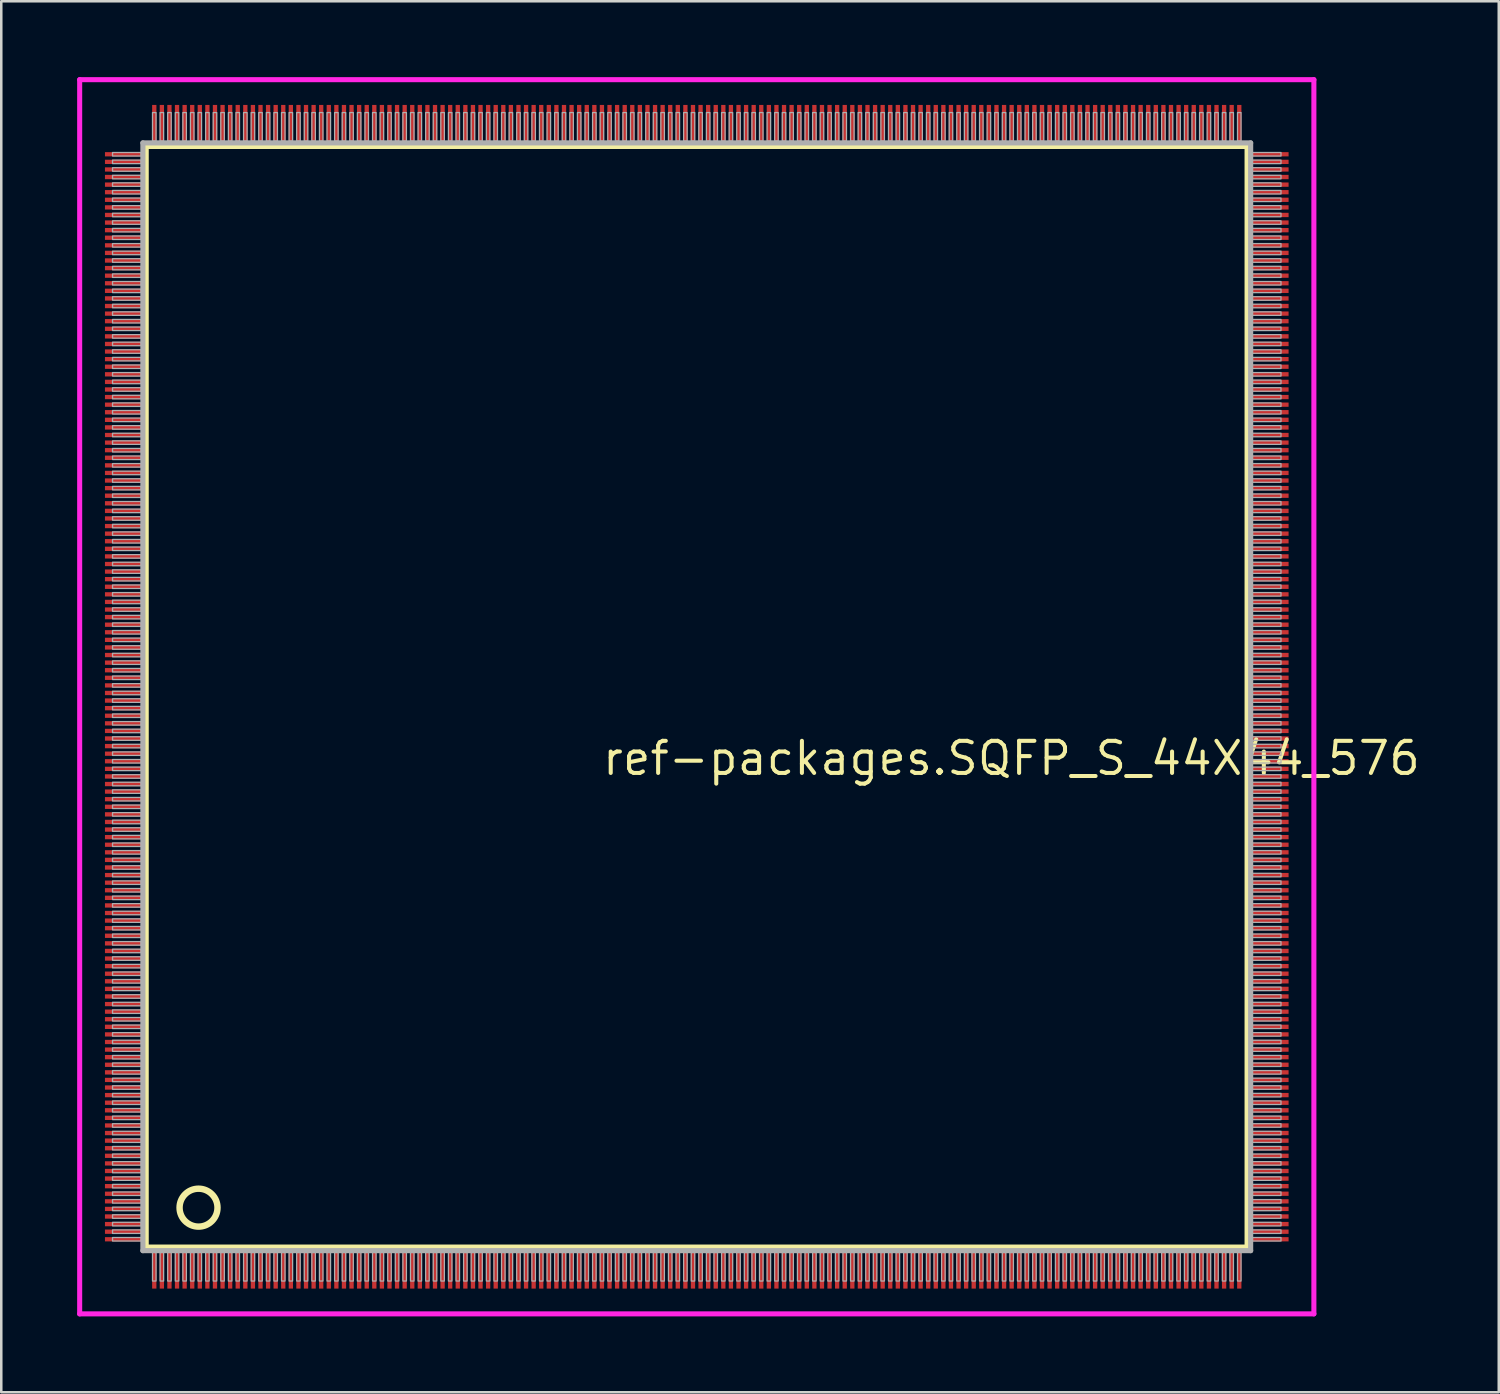
<source format=kicad_pcb>
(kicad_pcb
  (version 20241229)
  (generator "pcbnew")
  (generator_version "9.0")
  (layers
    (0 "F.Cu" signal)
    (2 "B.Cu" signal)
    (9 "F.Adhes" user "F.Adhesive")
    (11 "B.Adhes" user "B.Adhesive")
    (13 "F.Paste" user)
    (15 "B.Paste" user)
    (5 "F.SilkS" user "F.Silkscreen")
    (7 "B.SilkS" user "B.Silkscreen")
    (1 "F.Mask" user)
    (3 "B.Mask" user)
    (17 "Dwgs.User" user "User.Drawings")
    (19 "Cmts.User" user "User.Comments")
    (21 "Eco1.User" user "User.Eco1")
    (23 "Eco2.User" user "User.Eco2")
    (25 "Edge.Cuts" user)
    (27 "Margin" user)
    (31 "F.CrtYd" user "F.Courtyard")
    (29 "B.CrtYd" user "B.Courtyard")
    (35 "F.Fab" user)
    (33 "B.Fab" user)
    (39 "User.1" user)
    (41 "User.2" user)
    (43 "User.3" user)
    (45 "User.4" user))
  (footprint "ref-packages.SQFP_S_44X44_576"
    (layer "F.Cu")
    (at 24.5 24.5)
    (property "Reference" "ref-packages.SQFP_S_44X44_576" (at -3.81 3.175 0) (layer "F.SilkS") (effects (font (size 1.27 1.27) (thickness 0.16)) (justify left bottom)))
    (attr smd)
    (fp_line (start -21.77 -21.76) (end 21.76 -21.76) (stroke (width 0.203) (type default)) (layer "F.SilkS"))
    (fp_line (start -21.77 21.76) (end -21.77 -21.76) (stroke (width 0.203) (type default)) (layer "F.SilkS"))
    (fp_line (start 21.76 21.76) (end -21.77 21.76) (stroke (width 0.203) (type default)) (layer "F.SilkS"))
    (fp_line (start 21.76 -21.76) (end 21.76 21.76) (stroke (width 0.203) (type default)) (layer "F.SilkS"))
    (fp_circle (center -19.7 20.2) (end -18.95 20.2) (stroke (width 0.254) (type default)) (fill no) (layer "F.SilkS"))
    (fp_line (start -24.4 -24.4) (end 24.4 -24.4) (stroke (width 0.2) (type default)) (layer "F.CrtYd"))
    (fp_line (start -24.4 24.4) (end -24.4 -24.4) (stroke (width 0.2) (type default)) (layer "F.CrtYd"))
    (fp_line (start 24.4 -24.4) (end 24.4 24.4) (stroke (width 0.2) (type default)) (layer "F.CrtYd"))
    (fp_line (start 24.4 24.4) (end -24.4 24.4) (stroke (width 0.2) (type default)) (layer "F.CrtYd"))
    (fp_line (start -21.9 21.9) (end 21.9 21.9) (stroke (width 0.203) (type default)) (layer "F.Fab"))
    (fp_line (start -21.9 -21.9) (end -21.9 21.9) (stroke (width 0.203) (type default)) (layer "F.Fab"))
    (fp_line (start 21.9 21.9) (end 21.9 -21.9) (stroke (width 0.203) (type default)) (layer "F.Fab"))
    (fp_line (start 21.9 -21.9) (end -21.9 -21.9) (stroke (width 0.203) (type default)) (layer "F.Fab"))
    (fp_rect (start -23.1 -21.38) (end -21.97 -21.52) (stroke (width 0.05) (type default)) (fill no) (layer "F.Fab"))
    (fp_rect (start -23.1 -21.08) (end -21.97 -21.22) (stroke (width 0.05) (type default)) (fill no) (layer "F.Fab"))
    (fp_rect (start -23.1 -20.78) (end -21.97 -20.92) (stroke (width 0.05) (type default)) (fill no) (layer "F.Fab"))
    (fp_rect (start -23.1 -20.48) (end -21.97 -20.62) (stroke (width 0.05) (type default)) (fill no) (layer "F.Fab"))
    (fp_rect (start -23.1 -20.18) (end -21.97 -20.32) (stroke (width 0.05) (type default)) (fill no) (layer "F.Fab"))
    (fp_rect (start -23.1 -19.88) (end -21.97 -20.02) (stroke (width 0.05) (type default)) (fill no) (layer "F.Fab"))
    (fp_rect (start -23.1 -19.58) (end -21.97 -19.72) (stroke (width 0.05) (type default)) (fill no) (layer "F.Fab"))
    (fp_rect (start -23.1 -19.28) (end -21.97 -19.42) (stroke (width 0.05) (type default)) (fill no) (layer "F.Fab"))
    (fp_rect (start -23.1 -18.98) (end -21.97 -19.12) (stroke (width 0.05) (type default)) (fill no) (layer "F.Fab"))
    (fp_rect (start -23.1 -18.68) (end -21.97 -18.82) (stroke (width 0.05) (type default)) (fill no) (layer "F.Fab"))
    (fp_rect (start -23.1 -18.38) (end -21.97 -18.52) (stroke (width 0.05) (type default)) (fill no) (layer "F.Fab"))
    (fp_rect (start -23.1 -18.08) (end -21.97 -18.22) (stroke (width 0.05) (type default)) (fill no) (layer "F.Fab"))
    (fp_rect (start -23.1 -17.78) (end -21.97 -17.92) (stroke (width 0.05) (type default)) (fill no) (layer "F.Fab"))
    (fp_rect (start -23.1 -17.48) (end -21.97 -17.62) (stroke (width 0.05) (type default)) (fill no) (layer "F.Fab"))
    (fp_rect (start -23.1 -17.18) (end -21.97 -17.32) (stroke (width 0.05) (type default)) (fill no) (layer "F.Fab"))
    (fp_rect (start -23.1 -16.88) (end -21.97 -17.02) (stroke (width 0.05) (type default)) (fill no) (layer "F.Fab"))
    (fp_rect (start -23.1 -16.58) (end -21.97 -16.72) (stroke (width 0.05) (type default)) (fill no) (layer "F.Fab"))
    (fp_rect (start -23.1 -16.28) (end -21.97 -16.42) (stroke (width 0.05) (type default)) (fill no) (layer "F.Fab"))
    (fp_rect (start -23.1 -15.98) (end -21.97 -16.12) (stroke (width 0.05) (type default)) (fill no) (layer "F.Fab"))
    (fp_rect (start -23.1 -15.68) (end -21.97 -15.82) (stroke (width 0.05) (type default)) (fill no) (layer "F.Fab"))
    (fp_rect (start -23.1 -15.38) (end -21.97 -15.52) (stroke (width 0.05) (type default)) (fill no) (layer "F.Fab"))
    (fp_rect (start -23.1 -15.08) (end -21.97 -15.22) (stroke (width 0.05) (type default)) (fill no) (layer "F.Fab"))
    (fp_rect (start -23.1 -14.78) (end -21.97 -14.92) (stroke (width 0.05) (type default)) (fill no) (layer "F.Fab"))
    (fp_rect (start -23.1 -14.48) (end -21.97 -14.62) (stroke (width 0.05) (type default)) (fill no) (layer "F.Fab"))
    (fp_rect (start -23.1 -14.18) (end -21.97 -14.32) (stroke (width 0.05) (type default)) (fill no) (layer "F.Fab"))
    (fp_rect (start -23.1 -13.88) (end -21.97 -14.02) (stroke (width 0.05) (type default)) (fill no) (layer "F.Fab"))
    (fp_rect (start -23.1 -13.58) (end -21.97 -13.72) (stroke (width 0.05) (type default)) (fill no) (layer "F.Fab"))
    (fp_rect (start -23.1 -13.28) (end -21.97 -13.42) (stroke (width 0.05) (type default)) (fill no) (layer "F.Fab"))
    (fp_rect (start -23.1 -12.98) (end -21.97 -13.12) (stroke (width 0.05) (type default)) (fill no) (layer "F.Fab"))
    (fp_rect (start -23.1 -12.68) (end -21.97 -12.82) (stroke (width 0.05) (type default)) (fill no) (layer "F.Fab"))
    (fp_rect (start -23.1 -12.38) (end -21.97 -12.52) (stroke (width 0.05) (type default)) (fill no) (layer "F.Fab"))
    (fp_rect (start -23.1 -12.08) (end -21.97 -12.22) (stroke (width 0.05) (type default)) (fill no) (layer "F.Fab"))
    (fp_rect (start -23.1 -11.78) (end -21.97 -11.92) (stroke (width 0.05) (type default)) (fill no) (layer "F.Fab"))
    (fp_rect (start -23.1 -11.48) (end -21.97 -11.62) (stroke (width 0.05) (type default)) (fill no) (layer "F.Fab"))
    (fp_rect (start -23.1 -11.18) (end -21.97 -11.32) (stroke (width 0.05) (type default)) (fill no) (layer "F.Fab"))
    (fp_rect (start -23.1 -10.88) (end -21.97 -11.02) (stroke (width 0.05) (type default)) (fill no) (layer "F.Fab"))
    (fp_rect (start -23.1 -10.58) (end -21.97 -10.72) (stroke (width 0.05) (type default)) (fill no) (layer "F.Fab"))
    (fp_rect (start -23.1 -10.28) (end -21.97 -10.42) (stroke (width 0.05) (type default)) (fill no) (layer "F.Fab"))
    (fp_rect (start -23.1 -9.98) (end -21.97 -10.12) (stroke (width 0.05) (type default)) (fill no) (layer "F.Fab"))
    (fp_rect (start -23.1 -9.68) (end -21.97 -9.82) (stroke (width 0.05) (type default)) (fill no) (layer "F.Fab"))
    (fp_rect (start -23.1 -9.38) (end -21.97 -9.52) (stroke (width 0.05) (type default)) (fill no) (layer "F.Fab"))
    (fp_rect (start -23.1 -9.08) (end -21.97 -9.22) (stroke (width 0.05) (type default)) (fill no) (layer "F.Fab"))
    (fp_rect (start -23.1 -8.78) (end -21.97 -8.92) (stroke (width 0.05) (type default)) (fill no) (layer "F.Fab"))
    (fp_rect (start -23.1 -8.48) (end -21.97 -8.62) (stroke (width 0.05) (type default)) (fill no) (layer "F.Fab"))
    (fp_rect (start -23.1 -8.18) (end -21.97 -8.32) (stroke (width 0.05) (type default)) (fill no) (layer "F.Fab"))
    (fp_rect (start -23.1 -7.88) (end -21.97 -8.02) (stroke (width 0.05) (type default)) (fill no) (layer "F.Fab"))
    (fp_rect (start -23.1 -7.58) (end -21.97 -7.72) (stroke (width 0.05) (type default)) (fill no) (layer "F.Fab"))
    (fp_rect (start -23.1 -7.28) (end -21.97 -7.42) (stroke (width 0.05) (type default)) (fill no) (layer "F.Fab"))
    (fp_rect (start -23.1 -6.98) (end -21.97 -7.12) (stroke (width 0.05) (type default)) (fill no) (layer "F.Fab"))
    (fp_rect (start -23.1 -6.68) (end -21.97 -6.82) (stroke (width 0.05) (type default)) (fill no) (layer "F.Fab"))
    (fp_rect (start -23.1 -6.38) (end -21.97 -6.52) (stroke (width 0.05) (type default)) (fill no) (layer "F.Fab"))
    (fp_rect (start -23.1 -6.08) (end -21.97 -6.22) (stroke (width 0.05) (type default)) (fill no) (layer "F.Fab"))
    (fp_rect (start -23.1 -5.78) (end -21.97 -5.92) (stroke (width 0.05) (type default)) (fill no) (layer "F.Fab"))
    (fp_rect (start -23.1 -5.48) (end -21.97 -5.62) (stroke (width 0.05) (type default)) (fill no) (layer "F.Fab"))
    (fp_rect (start -23.1 -5.18) (end -21.97 -5.32) (stroke (width 0.05) (type default)) (fill no) (layer "F.Fab"))
    (fp_rect (start -23.1 -4.88) (end -21.97 -5.02) (stroke (width 0.05) (type default)) (fill no) (layer "F.Fab"))
    (fp_rect (start -23.1 -4.58) (end -21.97 -4.72) (stroke (width 0.05) (type default)) (fill no) (layer "F.Fab"))
    (fp_rect (start -23.1 -4.28) (end -21.97 -4.42) (stroke (width 0.05) (type default)) (fill no) (layer "F.Fab"))
    (fp_rect (start -23.1 -3.98) (end -21.97 -4.12) (stroke (width 0.05) (type default)) (fill no) (layer "F.Fab"))
    (fp_rect (start -23.1 -3.68) (end -21.97 -3.82) (stroke (width 0.05) (type default)) (fill no) (layer "F.Fab"))
    (fp_rect (start -23.1 -3.38) (end -21.97 -3.52) (stroke (width 0.05) (type default)) (fill no) (layer "F.Fab"))
    (fp_rect (start -23.1 -3.08) (end -21.97 -3.22) (stroke (width 0.05) (type default)) (fill no) (layer "F.Fab"))
    (fp_rect (start -23.1 -2.78) (end -21.97 -2.92) (stroke (width 0.05) (type default)) (fill no) (layer "F.Fab"))
    (fp_rect (start -23.1 -2.48) (end -21.97 -2.62) (stroke (width 0.05) (type default)) (fill no) (layer "F.Fab"))
    (fp_rect (start -23.1 -2.18) (end -21.97 -2.32) (stroke (width 0.05) (type default)) (fill no) (layer "F.Fab"))
    (fp_rect (start -23.1 -1.88) (end -21.97 -2.02) (stroke (width 0.05) (type default)) (fill no) (layer "F.Fab"))
    (fp_rect (start -23.1 -1.58) (end -21.97 -1.72) (stroke (width 0.05) (type default)) (fill no) (layer "F.Fab"))
    (fp_rect (start -23.1 -1.28) (end -21.97 -1.42) (stroke (width 0.05) (type default)) (fill no) (layer "F.Fab"))
    (fp_rect (start -23.1 -0.98) (end -21.97 -1.12) (stroke (width 0.05) (type default)) (fill no) (layer "F.Fab"))
    (fp_rect (start -23.1 -0.68) (end -21.97 -0.82) (stroke (width 0.05) (type default)) (fill no) (layer "F.Fab"))
    (fp_rect (start -23.1 -0.38) (end -21.97 -0.52) (stroke (width 0.05) (type default)) (fill no) (layer "F.Fab"))
    (fp_rect (start -23.1 -0.08) (end -21.97 -0.22) (stroke (width 0.05) (type default)) (fill no) (layer "F.Fab"))
    (fp_rect (start -23.1 0.22) (end -21.97 0.08) (stroke (width 0.05) (type default)) (fill no) (layer "F.Fab"))
    (fp_rect (start -23.1 0.52) (end -21.97 0.38) (stroke (width 0.05) (type default)) (fill no) (layer "F.Fab"))
    (fp_rect (start -23.1 0.82) (end -21.97 0.68) (stroke (width 0.05) (type default)) (fill no) (layer "F.Fab"))
    (fp_rect (start -23.1 1.12) (end -21.97 0.98) (stroke (width 0.05) (type default)) (fill no) (layer "F.Fab"))
    (fp_rect (start -23.1 1.42) (end -21.97 1.28) (stroke (width 0.05) (type default)) (fill no) (layer "F.Fab"))
    (fp_rect (start -23.1 1.72) (end -21.97 1.58) (stroke (width 0.05) (type default)) (fill no) (layer "F.Fab"))
    (fp_rect (start -23.1 2.02) (end -21.97 1.88) (stroke (width 0.05) (type default)) (fill no) (layer "F.Fab"))
    (fp_rect (start -23.1 2.32) (end -21.97 2.18) (stroke (width 0.05) (type default)) (fill no) (layer "F.Fab"))
    (fp_rect (start -23.1 2.62) (end -21.97 2.48) (stroke (width 0.05) (type default)) (fill no) (layer "F.Fab"))
    (fp_rect (start -23.1 2.92) (end -21.97 2.78) (stroke (width 0.05) (type default)) (fill no) (layer "F.Fab"))
    (fp_rect (start -23.1 3.22) (end -21.97 3.08) (stroke (width 0.05) (type default)) (fill no) (layer "F.Fab"))
    (fp_rect (start -23.1 3.52) (end -21.97 3.38) (stroke (width 0.05) (type default)) (fill no) (layer "F.Fab"))
    (fp_rect (start -23.1 3.82) (end -21.97 3.68) (stroke (width 0.05) (type default)) (fill no) (layer "F.Fab"))
    (fp_rect (start -23.1 4.12) (end -21.97 3.98) (stroke (width 0.05) (type default)) (fill no) (layer "F.Fab"))
    (fp_rect (start -23.1 4.42) (end -21.97 4.28) (stroke (width 0.05) (type default)) (fill no) (layer "F.Fab"))
    (fp_rect (start -23.1 4.72) (end -21.97 4.58) (stroke (width 0.05) (type default)) (fill no) (layer "F.Fab"))
    (fp_rect (start -23.1 5.02) (end -21.97 4.88) (stroke (width 0.05) (type default)) (fill no) (layer "F.Fab"))
    (fp_rect (start -23.1 5.32) (end -21.97 5.18) (stroke (width 0.05) (type default)) (fill no) (layer "F.Fab"))
    (fp_rect (start -23.1 5.62) (end -21.97 5.48) (stroke (width 0.05) (type default)) (fill no) (layer "F.Fab"))
    (fp_rect (start -23.1 5.92) (end -21.97 5.78) (stroke (width 0.05) (type default)) (fill no) (layer "F.Fab"))
    (fp_rect (start -23.1 6.22) (end -21.97 6.08) (stroke (width 0.05) (type default)) (fill no) (layer "F.Fab"))
    (fp_rect (start -23.1 6.52) (end -21.97 6.38) (stroke (width 0.05) (type default)) (fill no) (layer "F.Fab"))
    (fp_rect (start -23.1 6.82) (end -21.97 6.68) (stroke (width 0.05) (type default)) (fill no) (layer "F.Fab"))
    (fp_rect (start -23.1 7.12) (end -21.97 6.98) (stroke (width 0.05) (type default)) (fill no) (layer "F.Fab"))
    (fp_rect (start -23.1 7.42) (end -21.97 7.28) (stroke (width 0.05) (type default)) (fill no) (layer "F.Fab"))
    (fp_rect (start -23.1 7.72) (end -21.97 7.58) (stroke (width 0.05) (type default)) (fill no) (layer "F.Fab"))
    (fp_rect (start -23.1 8.02) (end -21.97 7.88) (stroke (width 0.05) (type default)) (fill no) (layer "F.Fab"))
    (fp_rect (start -23.1 8.32) (end -21.97 8.18) (stroke (width 0.05) (type default)) (fill no) (layer "F.Fab"))
    (fp_rect (start -23.1 8.62) (end -21.97 8.48) (stroke (width 0.05) (type default)) (fill no) (layer "F.Fab"))
    (fp_rect (start -23.1 8.92) (end -21.97 8.78) (stroke (width 0.05) (type default)) (fill no) (layer "F.Fab"))
    (fp_rect (start -23.1 9.22) (end -21.97 9.08) (stroke (width 0.05) (type default)) (fill no) (layer "F.Fab"))
    (fp_rect (start -23.1 9.52) (end -21.97 9.38) (stroke (width 0.05) (type default)) (fill no) (layer "F.Fab"))
    (fp_rect (start -23.1 9.82) (end -21.97 9.68) (stroke (width 0.05) (type default)) (fill no) (layer "F.Fab"))
    (fp_rect (start -23.1 10.12) (end -21.97 9.98) (stroke (width 0.05) (type default)) (fill no) (layer "F.Fab"))
    (fp_rect (start -23.1 10.42) (end -21.97 10.28) (stroke (width 0.05) (type default)) (fill no) (layer "F.Fab"))
    (fp_rect (start -23.1 10.72) (end -21.97 10.58) (stroke (width 0.05) (type default)) (fill no) (layer "F.Fab"))
    (fp_rect (start -23.1 11.02) (end -21.97 10.88) (stroke (width 0.05) (type default)) (fill no) (layer "F.Fab"))
    (fp_rect (start -23.1 11.32) (end -21.97 11.18) (stroke (width 0.05) (type default)) (fill no) (layer "F.Fab"))
    (fp_rect (start -23.1 11.62) (end -21.97 11.48) (stroke (width 0.05) (type default)) (fill no) (layer "F.Fab"))
    (fp_rect (start -23.1 11.92) (end -21.97 11.78) (stroke (width 0.05) (type default)) (fill no) (layer "F.Fab"))
    (fp_rect (start -23.1 12.22) (end -21.97 12.08) (stroke (width 0.05) (type default)) (fill no) (layer "F.Fab"))
    (fp_rect (start -23.1 12.52) (end -21.97 12.38) (stroke (width 0.05) (type default)) (fill no) (layer "F.Fab"))
    (fp_rect (start -23.1 12.82) (end -21.97 12.68) (stroke (width 0.05) (type default)) (fill no) (layer "F.Fab"))
    (fp_rect (start -23.1 13.12) (end -21.97 12.98) (stroke (width 0.05) (type default)) (fill no) (layer "F.Fab"))
    (fp_rect (start -23.1 13.42) (end -21.97 13.28) (stroke (width 0.05) (type default)) (fill no) (layer "F.Fab"))
    (fp_rect (start -23.1 13.72) (end -21.97 13.58) (stroke (width 0.05) (type default)) (fill no) (layer "F.Fab"))
    (fp_rect (start -23.1 14.02) (end -21.97 13.88) (stroke (width 0.05) (type default)) (fill no) (layer "F.Fab"))
    (fp_rect (start -23.1 14.32) (end -21.97 14.18) (stroke (width 0.05) (type default)) (fill no) (layer "F.Fab"))
    (fp_rect (start -23.1 14.62) (end -21.97 14.48) (stroke (width 0.05) (type default)) (fill no) (layer "F.Fab"))
    (fp_rect (start -23.1 14.92) (end -21.97 14.78) (stroke (width 0.05) (type default)) (fill no) (layer "F.Fab"))
    (fp_rect (start -23.1 15.22) (end -21.97 15.08) (stroke (width 0.05) (type default)) (fill no) (layer "F.Fab"))
    (fp_rect (start -23.1 15.52) (end -21.97 15.38) (stroke (width 0.05) (type default)) (fill no) (layer "F.Fab"))
    (fp_rect (start -23.1 15.82) (end -21.97 15.68) (stroke (width 0.05) (type default)) (fill no) (layer "F.Fab"))
    (fp_rect (start -23.1 16.12) (end -21.97 15.98) (stroke (width 0.05) (type default)) (fill no) (layer "F.Fab"))
    (fp_rect (start -23.1 16.42) (end -21.97 16.28) (stroke (width 0.05) (type default)) (fill no) (layer "F.Fab"))
    (fp_rect (start -23.1 16.72) (end -21.97 16.58) (stroke (width 0.05) (type default)) (fill no) (layer "F.Fab"))
    (fp_rect (start -23.1 17.02) (end -21.97 16.88) (stroke (width 0.05) (type default)) (fill no) (layer "F.Fab"))
    (fp_rect (start -23.1 17.32) (end -21.97 17.18) (stroke (width 0.05) (type default)) (fill no) (layer "F.Fab"))
    (fp_rect (start -23.1 17.62) (end -21.97 17.48) (stroke (width 0.05) (type default)) (fill no) (layer "F.Fab"))
    (fp_rect (start -23.1 17.92) (end -21.97 17.78) (stroke (width 0.05) (type default)) (fill no) (layer "F.Fab"))
    (fp_rect (start -23.1 18.22) (end -21.97 18.08) (stroke (width 0.05) (type default)) (fill no) (layer "F.Fab"))
    (fp_rect (start -23.1 18.52) (end -21.97 18.38) (stroke (width 0.05) (type default)) (fill no) (layer "F.Fab"))
    (fp_rect (start -23.1 18.82) (end -21.97 18.68) (stroke (width 0.05) (type default)) (fill no) (layer "F.Fab"))
    (fp_rect (start -23.1 19.12) (end -21.97 18.98) (stroke (width 0.05) (type default)) (fill no) (layer "F.Fab"))
    (fp_rect (start -23.1 19.42) (end -21.97 19.28) (stroke (width 0.05) (type default)) (fill no) (layer "F.Fab"))
    (fp_rect (start -23.1 19.72) (end -21.97 19.58) (stroke (width 0.05) (type default)) (fill no) (layer "F.Fab"))
    (fp_rect (start -23.1 20.02) (end -21.97 19.88) (stroke (width 0.05) (type default)) (fill no) (layer "F.Fab"))
    (fp_rect (start -23.1 20.32) (end -21.97 20.18) (stroke (width 0.05) (type default)) (fill no) (layer "F.Fab"))
    (fp_rect (start -23.1 20.62) (end -21.97 20.48) (stroke (width 0.05) (type default)) (fill no) (layer "F.Fab"))
    (fp_rect (start -23.1 20.92) (end -21.97 20.78) (stroke (width 0.05) (type default)) (fill no) (layer "F.Fab"))
    (fp_rect (start -23.1 21.22) (end -21.97 21.08) (stroke (width 0.05) (type default)) (fill no) (layer "F.Fab"))
    (fp_rect (start -23.1 21.52) (end -21.97 21.38) (stroke (width 0.05) (type default)) (fill no) (layer "F.Fab"))
    (fp_rect (start -21.52 -21.97) (end -21.38 -23.1) (stroke (width 0.05) (type default)) (fill no) (layer "F.Fab"))
    (fp_rect (start -21.52 23.1) (end -21.38 21.97) (stroke (width 0.05) (type default)) (fill no) (layer "F.Fab"))
    (fp_rect (start -21.22 -21.97) (end -21.08 -23.1) (stroke (width 0.05) (type default)) (fill no) (layer "F.Fab"))
    (fp_rect (start -21.22 23.1) (end -21.08 21.97) (stroke (width 0.05) (type default)) (fill no) (layer "F.Fab"))
    (fp_rect (start -20.92 -21.97) (end -20.78 -23.1) (stroke (width 0.05) (type default)) (fill no) (layer "F.Fab"))
    (fp_rect (start -20.92 23.1) (end -20.78 21.97) (stroke (width 0.05) (type default)) (fill no) (layer "F.Fab"))
    (fp_rect (start -20.62 -21.97) (end -20.48 -23.1) (stroke (width 0.05) (type default)) (fill no) (layer "F.Fab"))
    (fp_rect (start -20.62 23.1) (end -20.48 21.97) (stroke (width 0.05) (type default)) (fill no) (layer "F.Fab"))
    (fp_rect (start -20.32 -21.97) (end -20.18 -23.1) (stroke (width 0.05) (type default)) (fill no) (layer "F.Fab"))
    (fp_rect (start -20.32 23.1) (end -20.18 21.97) (stroke (width 0.05) (type default)) (fill no) (layer "F.Fab"))
    (fp_rect (start -20.02 -21.97) (end -19.88 -23.1) (stroke (width 0.05) (type default)) (fill no) (layer "F.Fab"))
    (fp_rect (start -20.02 23.1) (end -19.88 21.97) (stroke (width 0.05) (type default)) (fill no) (layer "F.Fab"))
    (fp_rect (start -19.72 -21.97) (end -19.58 -23.1) (stroke (width 0.05) (type default)) (fill no) (layer "F.Fab"))
    (fp_rect (start -19.72 23.1) (end -19.58 21.97) (stroke (width 0.05) (type default)) (fill no) (layer "F.Fab"))
    (fp_rect (start -19.42 -21.97) (end -19.28 -23.1) (stroke (width 0.05) (type default)) (fill no) (layer "F.Fab"))
    (fp_rect (start -19.42 23.1) (end -19.28 21.97) (stroke (width 0.05) (type default)) (fill no) (layer "F.Fab"))
    (fp_rect (start -19.12 -21.97) (end -18.98 -23.1) (stroke (width 0.05) (type default)) (fill no) (layer "F.Fab"))
    (fp_rect (start -19.12 23.1) (end -18.98 21.97) (stroke (width 0.05) (type default)) (fill no) (layer "F.Fab"))
    (fp_rect (start -18.82 -21.97) (end -18.68 -23.1) (stroke (width 0.05) (type default)) (fill no) (layer "F.Fab"))
    (fp_rect (start -18.82 23.1) (end -18.68 21.97) (stroke (width 0.05) (type default)) (fill no) (layer "F.Fab"))
    (fp_rect (start -18.52 -21.97) (end -18.38 -23.1) (stroke (width 0.05) (type default)) (fill no) (layer "F.Fab"))
    (fp_rect (start -18.52 23.1) (end -18.38 21.97) (stroke (width 0.05) (type default)) (fill no) (layer "F.Fab"))
    (fp_rect (start -18.22 -21.97) (end -18.08 -23.1) (stroke (width 0.05) (type default)) (fill no) (layer "F.Fab"))
    (fp_rect (start -18.22 23.1) (end -18.08 21.97) (stroke (width 0.05) (type default)) (fill no) (layer "F.Fab"))
    (fp_rect (start -17.92 -21.97) (end -17.78 -23.1) (stroke (width 0.05) (type default)) (fill no) (layer "F.Fab"))
    (fp_rect (start -17.92 23.1) (end -17.78 21.97) (stroke (width 0.05) (type default)) (fill no) (layer "F.Fab"))
    (fp_rect (start -17.62 -21.97) (end -17.48 -23.1) (stroke (width 0.05) (type default)) (fill no) (layer "F.Fab"))
    (fp_rect (start -17.62 23.1) (end -17.48 21.97) (stroke (width 0.05) (type default)) (fill no) (layer "F.Fab"))
    (fp_rect (start -17.32 -21.97) (end -17.18 -23.1) (stroke (width 0.05) (type default)) (fill no) (layer "F.Fab"))
    (fp_rect (start -17.32 23.1) (end -17.18 21.97) (stroke (width 0.05) (type default)) (fill no) (layer "F.Fab"))
    (fp_rect (start -17.02 -21.97) (end -16.88 -23.1) (stroke (width 0.05) (type default)) (fill no) (layer "F.Fab"))
    (fp_rect (start -17.02 23.1) (end -16.88 21.97) (stroke (width 0.05) (type default)) (fill no) (layer "F.Fab"))
    (fp_rect (start -16.72 -21.97) (end -16.58 -23.1) (stroke (width 0.05) (type default)) (fill no) (layer "F.Fab"))
    (fp_rect (start -16.72 23.1) (end -16.58 21.97) (stroke (width 0.05) (type default)) (fill no) (layer "F.Fab"))
    (fp_rect (start -16.42 -21.97) (end -16.28 -23.1) (stroke (width 0.05) (type default)) (fill no) (layer "F.Fab"))
    (fp_rect (start -16.42 23.1) (end -16.28 21.97) (stroke (width 0.05) (type default)) (fill no) (layer "F.Fab"))
    (fp_rect (start -16.12 -21.97) (end -15.98 -23.1) (stroke (width 0.05) (type default)) (fill no) (layer "F.Fab"))
    (fp_rect (start -16.12 23.1) (end -15.98 21.97) (stroke (width 0.05) (type default)) (fill no) (layer "F.Fab"))
    (fp_rect (start -15.82 -21.97) (end -15.68 -23.1) (stroke (width 0.05) (type default)) (fill no) (layer "F.Fab"))
    (fp_rect (start -15.82 23.1) (end -15.68 21.97) (stroke (width 0.05) (type default)) (fill no) (layer "F.Fab"))
    (fp_rect (start -15.52 -21.97) (end -15.38 -23.1) (stroke (width 0.05) (type default)) (fill no) (layer "F.Fab"))
    (fp_rect (start -15.52 23.1) (end -15.38 21.97) (stroke (width 0.05) (type default)) (fill no) (layer "F.Fab"))
    (fp_rect (start -15.22 -21.97) (end -15.08 -23.1) (stroke (width 0.05) (type default)) (fill no) (layer "F.Fab"))
    (fp_rect (start -15.22 23.1) (end -15.08 21.97) (stroke (width 0.05) (type default)) (fill no) (layer "F.Fab"))
    (fp_rect (start -14.92 -21.97) (end -14.78 -23.1) (stroke (width 0.05) (type default)) (fill no) (layer "F.Fab"))
    (fp_rect (start -14.92 23.1) (end -14.78 21.97) (stroke (width 0.05) (type default)) (fill no) (layer "F.Fab"))
    (fp_rect (start -14.62 -21.97) (end -14.48 -23.1) (stroke (width 0.05) (type default)) (fill no) (layer "F.Fab"))
    (fp_rect (start -14.62 23.1) (end -14.48 21.97) (stroke (width 0.05) (type default)) (fill no) (layer "F.Fab"))
    (fp_rect (start -14.32 -21.97) (end -14.18 -23.1) (stroke (width 0.05) (type default)) (fill no) (layer "F.Fab"))
    (fp_rect (start -14.32 23.1) (end -14.18 21.97) (stroke (width 0.05) (type default)) (fill no) (layer "F.Fab"))
    (fp_rect (start -14.02 -21.97) (end -13.88 -23.1) (stroke (width 0.05) (type default)) (fill no) (layer "F.Fab"))
    (fp_rect (start -14.02 23.1) (end -13.88 21.97) (stroke (width 0.05) (type default)) (fill no) (layer "F.Fab"))
    (fp_rect (start -13.72 -21.97) (end -13.58 -23.1) (stroke (width 0.05) (type default)) (fill no) (layer "F.Fab"))
    (fp_rect (start -13.72 23.1) (end -13.58 21.97) (stroke (width 0.05) (type default)) (fill no) (layer "F.Fab"))
    (fp_rect (start -13.42 -21.97) (end -13.28 -23.1) (stroke (width 0.05) (type default)) (fill no) (layer "F.Fab"))
    (fp_rect (start -13.42 23.1) (end -13.28 21.97) (stroke (width 0.05) (type default)) (fill no) (layer "F.Fab"))
    (fp_rect (start -13.12 -21.97) (end -12.98 -23.1) (stroke (width 0.05) (type default)) (fill no) (layer "F.Fab"))
    (fp_rect (start -13.12 23.1) (end -12.98 21.97) (stroke (width 0.05) (type default)) (fill no) (layer "F.Fab"))
    (fp_rect (start -12.82 -21.97) (end -12.68 -23.1) (stroke (width 0.05) (type default)) (fill no) (layer "F.Fab"))
    (fp_rect (start -12.82 23.1) (end -12.68 21.97) (stroke (width 0.05) (type default)) (fill no) (layer "F.Fab"))
    (fp_rect (start -12.52 -21.97) (end -12.38 -23.1) (stroke (width 0.05) (type default)) (fill no) (layer "F.Fab"))
    (fp_rect (start -12.52 23.1) (end -12.38 21.97) (stroke (width 0.05) (type default)) (fill no) (layer "F.Fab"))
    (fp_rect (start -12.22 -21.97) (end -12.08 -23.1) (stroke (width 0.05) (type default)) (fill no) (layer "F.Fab"))
    (fp_rect (start -12.22 23.1) (end -12.08 21.97) (stroke (width 0.05) (type default)) (fill no) (layer "F.Fab"))
    (fp_rect (start -11.92 -21.97) (end -11.78 -23.1) (stroke (width 0.05) (type default)) (fill no) (layer "F.Fab"))
    (fp_rect (start -11.92 23.1) (end -11.78 21.97) (stroke (width 0.05) (type default)) (fill no) (layer "F.Fab"))
    (fp_rect (start -11.62 -21.97) (end -11.48 -23.1) (stroke (width 0.05) (type default)) (fill no) (layer "F.Fab"))
    (fp_rect (start -11.62 23.1) (end -11.48 21.97) (stroke (width 0.05) (type default)) (fill no) (layer "F.Fab"))
    (fp_rect (start -11.32 -21.97) (end -11.18 -23.1) (stroke (width 0.05) (type default)) (fill no) (layer "F.Fab"))
    (fp_rect (start -11.32 23.1) (end -11.18 21.97) (stroke (width 0.05) (type default)) (fill no) (layer "F.Fab"))
    (fp_rect (start -11.02 -21.97) (end -10.88 -23.1) (stroke (width 0.05) (type default)) (fill no) (layer "F.Fab"))
    (fp_rect (start -11.02 23.1) (end -10.88 21.97) (stroke (width 0.05) (type default)) (fill no) (layer "F.Fab"))
    (fp_rect (start -10.72 -21.97) (end -10.58 -23.1) (stroke (width 0.05) (type default)) (fill no) (layer "F.Fab"))
    (fp_rect (start -10.72 23.1) (end -10.58 21.97) (stroke (width 0.05) (type default)) (fill no) (layer "F.Fab"))
    (fp_rect (start -10.42 -21.97) (end -10.28 -23.1) (stroke (width 0.05) (type default)) (fill no) (layer "F.Fab"))
    (fp_rect (start -10.42 23.1) (end -10.28 21.97) (stroke (width 0.05) (type default)) (fill no) (layer "F.Fab"))
    (fp_rect (start -10.12 -21.97) (end -9.98 -23.1) (stroke (width 0.05) (type default)) (fill no) (layer "F.Fab"))
    (fp_rect (start -10.12 23.1) (end -9.98 21.97) (stroke (width 0.05) (type default)) (fill no) (layer "F.Fab"))
    (fp_rect (start -9.82 -21.97) (end -9.68 -23.1) (stroke (width 0.05) (type default)) (fill no) (layer "F.Fab"))
    (fp_rect (start -9.82 23.1) (end -9.68 21.97) (stroke (width 0.05) (type default)) (fill no) (layer "F.Fab"))
    (fp_rect (start -9.52 -21.97) (end -9.38 -23.1) (stroke (width 0.05) (type default)) (fill no) (layer "F.Fab"))
    (fp_rect (start -9.52 23.1) (end -9.38 21.97) (stroke (width 0.05) (type default)) (fill no) (layer "F.Fab"))
    (fp_rect (start -9.22 -21.97) (end -9.08 -23.1) (stroke (width 0.05) (type default)) (fill no) (layer "F.Fab"))
    (fp_rect (start -9.22 23.1) (end -9.08 21.97) (stroke (width 0.05) (type default)) (fill no) (layer "F.Fab"))
    (fp_rect (start -8.92 -21.97) (end -8.78 -23.1) (stroke (width 0.05) (type default)) (fill no) (layer "F.Fab"))
    (fp_rect (start -8.92 23.1) (end -8.78 21.97) (stroke (width 0.05) (type default)) (fill no) (layer "F.Fab"))
    (fp_rect (start -8.62 -21.97) (end -8.48 -23.1) (stroke (width 0.05) (type default)) (fill no) (layer "F.Fab"))
    (fp_rect (start -8.62 23.1) (end -8.48 21.97) (stroke (width 0.05) (type default)) (fill no) (layer "F.Fab"))
    (fp_rect (start -8.32 -21.97) (end -8.18 -23.1) (stroke (width 0.05) (type default)) (fill no) (layer "F.Fab"))
    (fp_rect (start -8.32 23.1) (end -8.18 21.97) (stroke (width 0.05) (type default)) (fill no) (layer "F.Fab"))
    (fp_rect (start -8.02 -21.97) (end -7.88 -23.1) (stroke (width 0.05) (type default)) (fill no) (layer "F.Fab"))
    (fp_rect (start -8.02 23.1) (end -7.88 21.97) (stroke (width 0.05) (type default)) (fill no) (layer "F.Fab"))
    (fp_rect (start -7.72 -21.97) (end -7.58 -23.1) (stroke (width 0.05) (type default)) (fill no) (layer "F.Fab"))
    (fp_rect (start -7.72 23.1) (end -7.58 21.97) (stroke (width 0.05) (type default)) (fill no) (layer "F.Fab"))
    (fp_rect (start -7.42 -21.97) (end -7.28 -23.1) (stroke (width 0.05) (type default)) (fill no) (layer "F.Fab"))
    (fp_rect (start -7.42 23.1) (end -7.28 21.97) (stroke (width 0.05) (type default)) (fill no) (layer "F.Fab"))
    (fp_rect (start -7.12 -21.97) (end -6.98 -23.1) (stroke (width 0.05) (type default)) (fill no) (layer "F.Fab"))
    (fp_rect (start -7.12 23.1) (end -6.98 21.97) (stroke (width 0.05) (type default)) (fill no) (layer "F.Fab"))
    (fp_rect (start -6.82 -21.97) (end -6.68 -23.1) (stroke (width 0.05) (type default)) (fill no) (layer "F.Fab"))
    (fp_rect (start -6.82 23.1) (end -6.68 21.97) (stroke (width 0.05) (type default)) (fill no) (layer "F.Fab"))
    (fp_rect (start -6.52 -21.97) (end -6.38 -23.1) (stroke (width 0.05) (type default)) (fill no) (layer "F.Fab"))
    (fp_rect (start -6.52 23.1) (end -6.38 21.97) (stroke (width 0.05) (type default)) (fill no) (layer "F.Fab"))
    (fp_rect (start -6.22 -21.97) (end -6.08 -23.1) (stroke (width 0.05) (type default)) (fill no) (layer "F.Fab"))
    (fp_rect (start -6.22 23.1) (end -6.08 21.97) (stroke (width 0.05) (type default)) (fill no) (layer "F.Fab"))
    (fp_rect (start -5.92 -21.97) (end -5.78 -23.1) (stroke (width 0.05) (type default)) (fill no) (layer "F.Fab"))
    (fp_rect (start -5.92 23.1) (end -5.78 21.97) (stroke (width 0.05) (type default)) (fill no) (layer "F.Fab"))
    (fp_rect (start -5.62 -21.97) (end -5.48 -23.1) (stroke (width 0.05) (type default)) (fill no) (layer "F.Fab"))
    (fp_rect (start -5.62 23.1) (end -5.48 21.97) (stroke (width 0.05) (type default)) (fill no) (layer "F.Fab"))
    (fp_rect (start -5.32 -21.97) (end -5.18 -23.1) (stroke (width 0.05) (type default)) (fill no) (layer "F.Fab"))
    (fp_rect (start -5.32 23.1) (end -5.18 21.97) (stroke (width 0.05) (type default)) (fill no) (layer "F.Fab"))
    (fp_rect (start -5.02 -21.97) (end -4.88 -23.1) (stroke (width 0.05) (type default)) (fill no) (layer "F.Fab"))
    (fp_rect (start -5.02 23.1) (end -4.88 21.97) (stroke (width 0.05) (type default)) (fill no) (layer "F.Fab"))
    (fp_rect (start -4.72 -21.97) (end -4.58 -23.1) (stroke (width 0.05) (type default)) (fill no) (layer "F.Fab"))
    (fp_rect (start -4.72 23.1) (end -4.58 21.97) (stroke (width 0.05) (type default)) (fill no) (layer "F.Fab"))
    (fp_rect (start -4.42 -21.97) (end -4.28 -23.1) (stroke (width 0.05) (type default)) (fill no) (layer "F.Fab"))
    (fp_rect (start -4.42 23.1) (end -4.28 21.97) (stroke (width 0.05) (type default)) (fill no) (layer "F.Fab"))
    (fp_rect (start -4.12 -21.97) (end -3.98 -23.1) (stroke (width 0.05) (type default)) (fill no) (layer "F.Fab"))
    (fp_rect (start -4.12 23.1) (end -3.98 21.97) (stroke (width 0.05) (type default)) (fill no) (layer "F.Fab"))
    (fp_rect (start -3.82 -21.97) (end -3.68 -23.1) (stroke (width 0.05) (type default)) (fill no) (layer "F.Fab"))
    (fp_rect (start -3.82 23.1) (end -3.68 21.97) (stroke (width 0.05) (type default)) (fill no) (layer "F.Fab"))
    (fp_rect (start -3.52 -21.97) (end -3.38 -23.1) (stroke (width 0.05) (type default)) (fill no) (layer "F.Fab"))
    (fp_rect (start -3.52 23.1) (end -3.38 21.97) (stroke (width 0.05) (type default)) (fill no) (layer "F.Fab"))
    (fp_rect (start -3.22 -21.97) (end -3.08 -23.1) (stroke (width 0.05) (type default)) (fill no) (layer "F.Fab"))
    (fp_rect (start -3.22 23.1) (end -3.08 21.97) (stroke (width 0.05) (type default)) (fill no) (layer "F.Fab"))
    (fp_rect (start -2.92 -21.97) (end -2.78 -23.1) (stroke (width 0.05) (type default)) (fill no) (layer "F.Fab"))
    (fp_rect (start -2.92 23.1) (end -2.78 21.97) (stroke (width 0.05) (type default)) (fill no) (layer "F.Fab"))
    (fp_rect (start -2.62 -21.97) (end -2.48 -23.1) (stroke (width 0.05) (type default)) (fill no) (layer "F.Fab"))
    (fp_rect (start -2.62 23.1) (end -2.48 21.97) (stroke (width 0.05) (type default)) (fill no) (layer "F.Fab"))
    (fp_rect (start -2.32 -21.97) (end -2.18 -23.1) (stroke (width 0.05) (type default)) (fill no) (layer "F.Fab"))
    (fp_rect (start -2.32 23.1) (end -2.18 21.97) (stroke (width 0.05) (type default)) (fill no) (layer "F.Fab"))
    (fp_rect (start -2.02 -21.97) (end -1.88 -23.1) (stroke (width 0.05) (type default)) (fill no) (layer "F.Fab"))
    (fp_rect (start -2.02 23.1) (end -1.88 21.97) (stroke (width 0.05) (type default)) (fill no) (layer "F.Fab"))
    (fp_rect (start -1.72 -21.97) (end -1.58 -23.1) (stroke (width 0.05) (type default)) (fill no) (layer "F.Fab"))
    (fp_rect (start -1.72 23.1) (end -1.58 21.97) (stroke (width 0.05) (type default)) (fill no) (layer "F.Fab"))
    (fp_rect (start -1.42 -21.97) (end -1.28 -23.1) (stroke (width 0.05) (type default)) (fill no) (layer "F.Fab"))
    (fp_rect (start -1.42 23.1) (end -1.28 21.97) (stroke (width 0.05) (type default)) (fill no) (layer "F.Fab"))
    (fp_rect (start -1.12 -21.97) (end -0.98 -23.1) (stroke (width 0.05) (type default)) (fill no) (layer "F.Fab"))
    (fp_rect (start -1.12 23.1) (end -0.98 21.97) (stroke (width 0.05) (type default)) (fill no) (layer "F.Fab"))
    (fp_rect (start -0.82 -21.97) (end -0.68 -23.1) (stroke (width 0.05) (type default)) (fill no) (layer "F.Fab"))
    (fp_rect (start -0.82 23.1) (end -0.68 21.97) (stroke (width 0.05) (type default)) (fill no) (layer "F.Fab"))
    (fp_rect (start -0.52 -21.97) (end -0.38 -23.1) (stroke (width 0.05) (type default)) (fill no) (layer "F.Fab"))
    (fp_rect (start -0.52 23.1) (end -0.38 21.97) (stroke (width 0.05) (type default)) (fill no) (layer "F.Fab"))
    (fp_rect (start -0.22 -21.97) (end -0.08 -23.1) (stroke (width 0.05) (type default)) (fill no) (layer "F.Fab"))
    (fp_rect (start -0.22 23.1) (end -0.08 21.97) (stroke (width 0.05) (type default)) (fill no) (layer "F.Fab"))
    (fp_rect (start 0.08 -21.97) (end 0.22 -23.1) (stroke (width 0.05) (type default)) (fill no) (layer "F.Fab"))
    (fp_rect (start 0.08 23.1) (end 0.22 21.97) (stroke (width 0.05) (type default)) (fill no) (layer "F.Fab"))
    (fp_rect (start 0.38 -21.97) (end 0.52 -23.1) (stroke (width 0.05) (type default)) (fill no) (layer "F.Fab"))
    (fp_rect (start 0.38 23.1) (end 0.52 21.97) (stroke (width 0.05) (type default)) (fill no) (layer "F.Fab"))
    (fp_rect (start 0.68 -21.97) (end 0.82 -23.1) (stroke (width 0.05) (type default)) (fill no) (layer "F.Fab"))
    (fp_rect (start 0.68 23.1) (end 0.82 21.97) (stroke (width 0.05) (type default)) (fill no) (layer "F.Fab"))
    (fp_rect (start 0.98 -21.97) (end 1.12 -23.1) (stroke (width 0.05) (type default)) (fill no) (layer "F.Fab"))
    (fp_rect (start 0.98 23.1) (end 1.12 21.97) (stroke (width 0.05) (type default)) (fill no) (layer "F.Fab"))
    (fp_rect (start 1.28 -21.97) (end 1.42 -23.1) (stroke (width 0.05) (type default)) (fill no) (layer "F.Fab"))
    (fp_rect (start 1.28 23.1) (end 1.42 21.97) (stroke (width 0.05) (type default)) (fill no) (layer "F.Fab"))
    (fp_rect (start 1.58 -21.97) (end 1.72 -23.1) (stroke (width 0.05) (type default)) (fill no) (layer "F.Fab"))
    (fp_rect (start 1.58 23.1) (end 1.72 21.97) (stroke (width 0.05) (type default)) (fill no) (layer "F.Fab"))
    (fp_rect (start 1.88 -21.97) (end 2.02 -23.1) (stroke (width 0.05) (type default)) (fill no) (layer "F.Fab"))
    (fp_rect (start 1.88 23.1) (end 2.02 21.97) (stroke (width 0.05) (type default)) (fill no) (layer "F.Fab"))
    (fp_rect (start 2.18 -21.97) (end 2.32 -23.1) (stroke (width 0.05) (type default)) (fill no) (layer "F.Fab"))
    (fp_rect (start 2.18 23.1) (end 2.32 21.97) (stroke (width 0.05) (type default)) (fill no) (layer "F.Fab"))
    (fp_rect (start 2.48 -21.97) (end 2.62 -23.1) (stroke (width 0.05) (type default)) (fill no) (layer "F.Fab"))
    (fp_rect (start 2.48 23.1) (end 2.62 21.97) (stroke (width 0.05) (type default)) (fill no) (layer "F.Fab"))
    (fp_rect (start 2.78 -21.97) (end 2.92 -23.1) (stroke (width 0.05) (type default)) (fill no) (layer "F.Fab"))
    (fp_rect (start 2.78 23.1) (end 2.92 21.97) (stroke (width 0.05) (type default)) (fill no) (layer "F.Fab"))
    (fp_rect (start 3.08 -21.97) (end 3.22 -23.1) (stroke (width 0.05) (type default)) (fill no) (layer "F.Fab"))
    (fp_rect (start 3.08 23.1) (end 3.22 21.97) (stroke (width 0.05) (type default)) (fill no) (layer "F.Fab"))
    (fp_rect (start 3.38 -21.97) (end 3.52 -23.1) (stroke (width 0.05) (type default)) (fill no) (layer "F.Fab"))
    (fp_rect (start 3.38 23.1) (end 3.52 21.97) (stroke (width 0.05) (type default)) (fill no) (layer "F.Fab"))
    (fp_rect (start 3.68 -21.97) (end 3.82 -23.1) (stroke (width 0.05) (type default)) (fill no) (layer "F.Fab"))
    (fp_rect (start 3.68 23.1) (end 3.82 21.97) (stroke (width 0.05) (type default)) (fill no) (layer "F.Fab"))
    (fp_rect (start 3.98 -21.97) (end 4.12 -23.1) (stroke (width 0.05) (type default)) (fill no) (layer "F.Fab"))
    (fp_rect (start 3.98 23.1) (end 4.12 21.97) (stroke (width 0.05) (type default)) (fill no) (layer "F.Fab"))
    (fp_rect (start 4.28 -21.97) (end 4.42 -23.1) (stroke (width 0.05) (type default)) (fill no) (layer "F.Fab"))
    (fp_rect (start 4.28 23.1) (end 4.42 21.97) (stroke (width 0.05) (type default)) (fill no) (layer "F.Fab"))
    (fp_rect (start 4.58 -21.97) (end 4.72 -23.1) (stroke (width 0.05) (type default)) (fill no) (layer "F.Fab"))
    (fp_rect (start 4.58 23.1) (end 4.72 21.97) (stroke (width 0.05) (type default)) (fill no) (layer "F.Fab"))
    (fp_rect (start 4.88 -21.97) (end 5.02 -23.1) (stroke (width 0.05) (type default)) (fill no) (layer "F.Fab"))
    (fp_rect (start 4.88 23.1) (end 5.02 21.97) (stroke (width 0.05) (type default)) (fill no) (layer "F.Fab"))
    (fp_rect (start 5.18 -21.97) (end 5.32 -23.1) (stroke (width 0.05) (type default)) (fill no) (layer "F.Fab"))
    (fp_rect (start 5.18 23.1) (end 5.32 21.97) (stroke (width 0.05) (type default)) (fill no) (layer "F.Fab"))
    (fp_rect (start 5.48 -21.97) (end 5.62 -23.1) (stroke (width 0.05) (type default)) (fill no) (layer "F.Fab"))
    (fp_rect (start 5.48 23.1) (end 5.62 21.97) (stroke (width 0.05) (type default)) (fill no) (layer "F.Fab"))
    (fp_rect (start 5.78 -21.97) (end 5.92 -23.1) (stroke (width 0.05) (type default)) (fill no) (layer "F.Fab"))
    (fp_rect (start 5.78 23.1) (end 5.92 21.97) (stroke (width 0.05) (type default)) (fill no) (layer "F.Fab"))
    (fp_rect (start 6.08 -21.97) (end 6.22 -23.1) (stroke (width 0.05) (type default)) (fill no) (layer "F.Fab"))
    (fp_rect (start 6.08 23.1) (end 6.22 21.97) (stroke (width 0.05) (type default)) (fill no) (layer "F.Fab"))
    (fp_rect (start 6.38 -21.97) (end 6.52 -23.1) (stroke (width 0.05) (type default)) (fill no) (layer "F.Fab"))
    (fp_rect (start 6.38 23.1) (end 6.52 21.97) (stroke (width 0.05) (type default)) (fill no) (layer "F.Fab"))
    (fp_rect (start 6.68 -21.97) (end 6.82 -23.1) (stroke (width 0.05) (type default)) (fill no) (layer "F.Fab"))
    (fp_rect (start 6.68 23.1) (end 6.82 21.97) (stroke (width 0.05) (type default)) (fill no) (layer "F.Fab"))
    (fp_rect (start 6.98 -21.97) (end 7.12 -23.1) (stroke (width 0.05) (type default)) (fill no) (layer "F.Fab"))
    (fp_rect (start 6.98 23.1) (end 7.12 21.97) (stroke (width 0.05) (type default)) (fill no) (layer "F.Fab"))
    (fp_rect (start 7.28 -21.97) (end 7.42 -23.1) (stroke (width 0.05) (type default)) (fill no) (layer "F.Fab"))
    (fp_rect (start 7.28 23.1) (end 7.42 21.97) (stroke (width 0.05) (type default)) (fill no) (layer "F.Fab"))
    (fp_rect (start 7.58 -21.97) (end 7.72 -23.1) (stroke (width 0.05) (type default)) (fill no) (layer "F.Fab"))
    (fp_rect (start 7.58 23.1) (end 7.72 21.97) (stroke (width 0.05) (type default)) (fill no) (layer "F.Fab"))
    (fp_rect (start 7.88 -21.97) (end 8.02 -23.1) (stroke (width 0.05) (type default)) (fill no) (layer "F.Fab"))
    (fp_rect (start 7.88 23.1) (end 8.02 21.97) (stroke (width 0.05) (type default)) (fill no) (layer "F.Fab"))
    (fp_rect (start 8.18 -21.97) (end 8.32 -23.1) (stroke (width 0.05) (type default)) (fill no) (layer "F.Fab"))
    (fp_rect (start 8.18 23.1) (end 8.32 21.97) (stroke (width 0.05) (type default)) (fill no) (layer "F.Fab"))
    (fp_rect (start 8.48 -21.97) (end 8.62 -23.1) (stroke (width 0.05) (type default)) (fill no) (layer "F.Fab"))
    (fp_rect (start 8.48 23.1) (end 8.62 21.97) (stroke (width 0.05) (type default)) (fill no) (layer "F.Fab"))
    (fp_rect (start 8.78 -21.97) (end 8.92 -23.1) (stroke (width 0.05) (type default)) (fill no) (layer "F.Fab"))
    (fp_rect (start 8.78 23.1) (end 8.92 21.97) (stroke (width 0.05) (type default)) (fill no) (layer "F.Fab"))
    (fp_rect (start 9.08 -21.97) (end 9.22 -23.1) (stroke (width 0.05) (type default)) (fill no) (layer "F.Fab"))
    (fp_rect (start 9.08 23.1) (end 9.22 21.97) (stroke (width 0.05) (type default)) (fill no) (layer "F.Fab"))
    (fp_rect (start 9.38 -21.97) (end 9.52 -23.1) (stroke (width 0.05) (type default)) (fill no) (layer "F.Fab"))
    (fp_rect (start 9.38 23.1) (end 9.52 21.97) (stroke (width 0.05) (type default)) (fill no) (layer "F.Fab"))
    (fp_rect (start 9.68 -21.97) (end 9.82 -23.1) (stroke (width 0.05) (type default)) (fill no) (layer "F.Fab"))
    (fp_rect (start 9.68 23.1) (end 9.82 21.97) (stroke (width 0.05) (type default)) (fill no) (layer "F.Fab"))
    (fp_rect (start 9.98 -21.97) (end 10.12 -23.1) (stroke (width 0.05) (type default)) (fill no) (layer "F.Fab"))
    (fp_rect (start 9.98 23.1) (end 10.12 21.97) (stroke (width 0.05) (type default)) (fill no) (layer "F.Fab"))
    (fp_rect (start 10.28 -21.97) (end 10.42 -23.1) (stroke (width 0.05) (type default)) (fill no) (layer "F.Fab"))
    (fp_rect (start 10.28 23.1) (end 10.42 21.97) (stroke (width 0.05) (type default)) (fill no) (layer "F.Fab"))
    (fp_rect (start 10.58 -21.97) (end 10.72 -23.1) (stroke (width 0.05) (type default)) (fill no) (layer "F.Fab"))
    (fp_rect (start 10.58 23.1) (end 10.72 21.97) (stroke (width 0.05) (type default)) (fill no) (layer "F.Fab"))
    (fp_rect (start 10.88 -21.97) (end 11.02 -23.1) (stroke (width 0.05) (type default)) (fill no) (layer "F.Fab"))
    (fp_rect (start 10.88 23.1) (end 11.02 21.97) (stroke (width 0.05) (type default)) (fill no) (layer "F.Fab"))
    (fp_rect (start 11.18 -21.97) (end 11.32 -23.1) (stroke (width 0.05) (type default)) (fill no) (layer "F.Fab"))
    (fp_rect (start 11.18 23.1) (end 11.32 21.97) (stroke (width 0.05) (type default)) (fill no) (layer "F.Fab"))
    (fp_rect (start 11.48 -21.97) (end 11.62 -23.1) (stroke (width 0.05) (type default)) (fill no) (layer "F.Fab"))
    (fp_rect (start 11.48 23.1) (end 11.62 21.97) (stroke (width 0.05) (type default)) (fill no) (layer "F.Fab"))
    (fp_rect (start 11.78 -21.97) (end 11.92 -23.1) (stroke (width 0.05) (type default)) (fill no) (layer "F.Fab"))
    (fp_rect (start 11.78 23.1) (end 11.92 21.97) (stroke (width 0.05) (type default)) (fill no) (layer "F.Fab"))
    (fp_rect (start 12.08 -21.97) (end 12.22 -23.1) (stroke (width 0.05) (type default)) (fill no) (layer "F.Fab"))
    (fp_rect (start 12.08 23.1) (end 12.22 21.97) (stroke (width 0.05) (type default)) (fill no) (layer "F.Fab"))
    (fp_rect (start 12.38 -21.97) (end 12.52 -23.1) (stroke (width 0.05) (type default)) (fill no) (layer "F.Fab"))
    (fp_rect (start 12.38 23.1) (end 12.52 21.97) (stroke (width 0.05) (type default)) (fill no) (layer "F.Fab"))
    (fp_rect (start 12.68 -21.97) (end 12.82 -23.1) (stroke (width 0.05) (type default)) (fill no) (layer "F.Fab"))
    (fp_rect (start 12.68 23.1) (end 12.82 21.97) (stroke (width 0.05) (type default)) (fill no) (layer "F.Fab"))
    (fp_rect (start 12.98 -21.97) (end 13.12 -23.1) (stroke (width 0.05) (type default)) (fill no) (layer "F.Fab"))
    (fp_rect (start 12.98 23.1) (end 13.12 21.97) (stroke (width 0.05) (type default)) (fill no) (layer "F.Fab"))
    (fp_rect (start 13.28 -21.97) (end 13.42 -23.1) (stroke (width 0.05) (type default)) (fill no) (layer "F.Fab"))
    (fp_rect (start 13.28 23.1) (end 13.42 21.97) (stroke (width 0.05) (type default)) (fill no) (layer "F.Fab"))
    (fp_rect (start 13.58 -21.97) (end 13.72 -23.1) (stroke (width 0.05) (type default)) (fill no) (layer "F.Fab"))
    (fp_rect (start 13.58 23.1) (end 13.72 21.97) (stroke (width 0.05) (type default)) (fill no) (layer "F.Fab"))
    (fp_rect (start 13.88 -21.97) (end 14.02 -23.1) (stroke (width 0.05) (type default)) (fill no) (layer "F.Fab"))
    (fp_rect (start 13.88 23.1) (end 14.02 21.97) (stroke (width 0.05) (type default)) (fill no) (layer "F.Fab"))
    (fp_rect (start 14.18 -21.97) (end 14.32 -23.1) (stroke (width 0.05) (type default)) (fill no) (layer "F.Fab"))
    (fp_rect (start 14.18 23.1) (end 14.32 21.97) (stroke (width 0.05) (type default)) (fill no) (layer "F.Fab"))
    (fp_rect (start 14.48 -21.97) (end 14.62 -23.1) (stroke (width 0.05) (type default)) (fill no) (layer "F.Fab"))
    (fp_rect (start 14.48 23.1) (end 14.62 21.97) (stroke (width 0.05) (type default)) (fill no) (layer "F.Fab"))
    (fp_rect (start 14.78 -21.97) (end 14.92 -23.1) (stroke (width 0.05) (type default)) (fill no) (layer "F.Fab"))
    (fp_rect (start 14.78 23.1) (end 14.92 21.97) (stroke (width 0.05) (type default)) (fill no) (layer "F.Fab"))
    (fp_rect (start 15.08 -21.97) (end 15.22 -23.1) (stroke (width 0.05) (type default)) (fill no) (layer "F.Fab"))
    (fp_rect (start 15.08 23.1) (end 15.22 21.97) (stroke (width 0.05) (type default)) (fill no) (layer "F.Fab"))
    (fp_rect (start 15.38 -21.97) (end 15.52 -23.1) (stroke (width 0.05) (type default)) (fill no) (layer "F.Fab"))
    (fp_rect (start 15.38 23.1) (end 15.52 21.97) (stroke (width 0.05) (type default)) (fill no) (layer "F.Fab"))
    (fp_rect (start 15.68 -21.97) (end 15.82 -23.1) (stroke (width 0.05) (type default)) (fill no) (layer "F.Fab"))
    (fp_rect (start 15.68 23.1) (end 15.82 21.97) (stroke (width 0.05) (type default)) (fill no) (layer "F.Fab"))
    (fp_rect (start 15.98 -21.97) (end 16.12 -23.1) (stroke (width 0.05) (type default)) (fill no) (layer "F.Fab"))
    (fp_rect (start 15.98 23.1) (end 16.12 21.97) (stroke (width 0.05) (type default)) (fill no) (layer "F.Fab"))
    (fp_rect (start 16.28 -21.97) (end 16.42 -23.1) (stroke (width 0.05) (type default)) (fill no) (layer "F.Fab"))
    (fp_rect (start 16.28 23.1) (end 16.42 21.97) (stroke (width 0.05) (type default)) (fill no) (layer "F.Fab"))
    (fp_rect (start 16.58 -21.97) (end 16.72 -23.1) (stroke (width 0.05) (type default)) (fill no) (layer "F.Fab"))
    (fp_rect (start 16.58 23.1) (end 16.72 21.97) (stroke (width 0.05) (type default)) (fill no) (layer "F.Fab"))
    (fp_rect (start 16.88 -21.97) (end 17.02 -23.1) (stroke (width 0.05) (type default)) (fill no) (layer "F.Fab"))
    (fp_rect (start 16.88 23.1) (end 17.02 21.97) (stroke (width 0.05) (type default)) (fill no) (layer "F.Fab"))
    (fp_rect (start 17.18 -21.97) (end 17.32 -23.1) (stroke (width 0.05) (type default)) (fill no) (layer "F.Fab"))
    (fp_rect (start 17.18 23.1) (end 17.32 21.97) (stroke (width 0.05) (type default)) (fill no) (layer "F.Fab"))
    (fp_rect (start 17.48 -21.97) (end 17.62 -23.1) (stroke (width 0.05) (type default)) (fill no) (layer "F.Fab"))
    (fp_rect (start 17.48 23.1) (end 17.62 21.97) (stroke (width 0.05) (type default)) (fill no) (layer "F.Fab"))
    (fp_rect (start 17.78 -21.97) (end 17.92 -23.1) (stroke (width 0.05) (type default)) (fill no) (layer "F.Fab"))
    (fp_rect (start 17.78 23.1) (end 17.92 21.97) (stroke (width 0.05) (type default)) (fill no) (layer "F.Fab"))
    (fp_rect (start 18.08 -21.97) (end 18.22 -23.1) (stroke (width 0.05) (type default)) (fill no) (layer "F.Fab"))
    (fp_rect (start 18.08 23.1) (end 18.22 21.97) (stroke (width 0.05) (type default)) (fill no) (layer "F.Fab"))
    (fp_rect (start 18.38 -21.97) (end 18.52 -23.1) (stroke (width 0.05) (type default)) (fill no) (layer "F.Fab"))
    (fp_rect (start 18.38 23.1) (end 18.52 21.97) (stroke (width 0.05) (type default)) (fill no) (layer "F.Fab"))
    (fp_rect (start 18.68 -21.97) (end 18.82 -23.1) (stroke (width 0.05) (type default)) (fill no) (layer "F.Fab"))
    (fp_rect (start 18.68 23.1) (end 18.82 21.97) (stroke (width 0.05) (type default)) (fill no) (layer "F.Fab"))
    (fp_rect (start 18.98 -21.97) (end 19.12 -23.1) (stroke (width 0.05) (type default)) (fill no) (layer "F.Fab"))
    (fp_rect (start 18.98 23.1) (end 19.12 21.97) (stroke (width 0.05) (type default)) (fill no) (layer "F.Fab"))
    (fp_rect (start 19.28 -21.97) (end 19.42 -23.1) (stroke (width 0.05) (type default)) (fill no) (layer "F.Fab"))
    (fp_rect (start 19.28 23.1) (end 19.42 21.97) (stroke (width 0.05) (type default)) (fill no) (layer "F.Fab"))
    (fp_rect (start 19.58 -21.97) (end 19.72 -23.1) (stroke (width 0.05) (type default)) (fill no) (layer "F.Fab"))
    (fp_rect (start 19.58 23.1) (end 19.72 21.97) (stroke (width 0.05) (type default)) (fill no) (layer "F.Fab"))
    (fp_rect (start 19.88 -21.97) (end 20.02 -23.1) (stroke (width 0.05) (type default)) (fill no) (layer "F.Fab"))
    (fp_rect (start 19.88 23.1) (end 20.02 21.97) (stroke (width 0.05) (type default)) (fill no) (layer "F.Fab"))
    (fp_rect (start 20.18 -21.97) (end 20.32 -23.1) (stroke (width 0.05) (type default)) (fill no) (layer "F.Fab"))
    (fp_rect (start 20.18 23.1) (end 20.32 21.97) (stroke (width 0.05) (type default)) (fill no) (layer "F.Fab"))
    (fp_rect (start 20.48 -21.97) (end 20.62 -23.1) (stroke (width 0.05) (type default)) (fill no) (layer "F.Fab"))
    (fp_rect (start 20.48 23.1) (end 20.62 21.97) (stroke (width 0.05) (type default)) (fill no) (layer "F.Fab"))
    (fp_rect (start 20.78 -21.97) (end 20.92 -23.1) (stroke (width 0.05) (type default)) (fill no) (layer "F.Fab"))
    (fp_rect (start 20.78 23.1) (end 20.92 21.97) (stroke (width 0.05) (type default)) (fill no) (layer "F.Fab"))
    (fp_rect (start 21.08 -21.97) (end 21.22 -23.1) (stroke (width 0.05) (type default)) (fill no) (layer "F.Fab"))
    (fp_rect (start 21.08 23.1) (end 21.22 21.97) (stroke (width 0.05) (type default)) (fill no) (layer "F.Fab"))
    (fp_rect (start 21.38 -21.97) (end 21.52 -23.1) (stroke (width 0.05) (type default)) (fill no) (layer "F.Fab"))
    (fp_rect (start 21.38 23.1) (end 21.52 21.97) (stroke (width 0.05) (type default)) (fill no) (layer "F.Fab"))
    (fp_rect (start 21.97 -21.38) (end 23.1 -21.52) (stroke (width 0.05) (type default)) (fill no) (layer "F.Fab"))
    (fp_rect (start 21.97 -21.08) (end 23.1 -21.22) (stroke (width 0.05) (type default)) (fill no) (layer "F.Fab"))
    (fp_rect (start 21.97 -20.78) (end 23.1 -20.92) (stroke (width 0.05) (type default)) (fill no) (layer "F.Fab"))
    (fp_rect (start 21.97 -20.48) (end 23.1 -20.62) (stroke (width 0.05) (type default)) (fill no) (layer "F.Fab"))
    (fp_rect (start 21.97 -20.18) (end 23.1 -20.32) (stroke (width 0.05) (type default)) (fill no) (layer "F.Fab"))
    (fp_rect (start 21.97 -19.88) (end 23.1 -20.02) (stroke (width 0.05) (type default)) (fill no) (layer "F.Fab"))
    (fp_rect (start 21.97 -19.58) (end 23.1 -19.72) (stroke (width 0.05) (type default)) (fill no) (layer "F.Fab"))
    (fp_rect (start 21.97 -19.28) (end 23.1 -19.42) (stroke (width 0.05) (type default)) (fill no) (layer "F.Fab"))
    (fp_rect (start 21.97 -18.98) (end 23.1 -19.12) (stroke (width 0.05) (type default)) (fill no) (layer "F.Fab"))
    (fp_rect (start 21.97 -18.68) (end 23.1 -18.82) (stroke (width 0.05) (type default)) (fill no) (layer "F.Fab"))
    (fp_rect (start 21.97 -18.38) (end 23.1 -18.52) (stroke (width 0.05) (type default)) (fill no) (layer "F.Fab"))
    (fp_rect (start 21.97 -18.08) (end 23.1 -18.22) (stroke (width 0.05) (type default)) (fill no) (layer "F.Fab"))
    (fp_rect (start 21.97 -17.78) (end 23.1 -17.92) (stroke (width 0.05) (type default)) (fill no) (layer "F.Fab"))
    (fp_rect (start 21.97 -17.48) (end 23.1 -17.62) (stroke (width 0.05) (type default)) (fill no) (layer "F.Fab"))
    (fp_rect (start 21.97 -17.18) (end 23.1 -17.32) (stroke (width 0.05) (type default)) (fill no) (layer "F.Fab"))
    (fp_rect (start 21.97 -16.88) (end 23.1 -17.02) (stroke (width 0.05) (type default)) (fill no) (layer "F.Fab"))
    (fp_rect (start 21.97 -16.58) (end 23.1 -16.72) (stroke (width 0.05) (type default)) (fill no) (layer "F.Fab"))
    (fp_rect (start 21.97 -16.28) (end 23.1 -16.42) (stroke (width 0.05) (type default)) (fill no) (layer "F.Fab"))
    (fp_rect (start 21.97 -15.98) (end 23.1 -16.12) (stroke (width 0.05) (type default)) (fill no) (layer "F.Fab"))
    (fp_rect (start 21.97 -15.68) (end 23.1 -15.82) (stroke (width 0.05) (type default)) (fill no) (layer "F.Fab"))
    (fp_rect (start 21.97 -15.38) (end 23.1 -15.52) (stroke (width 0.05) (type default)) (fill no) (layer "F.Fab"))
    (fp_rect (start 21.97 -15.08) (end 23.1 -15.22) (stroke (width 0.05) (type default)) (fill no) (layer "F.Fab"))
    (fp_rect (start 21.97 -14.78) (end 23.1 -14.92) (stroke (width 0.05) (type default)) (fill no) (layer "F.Fab"))
    (fp_rect (start 21.97 -14.48) (end 23.1 -14.62) (stroke (width 0.05) (type default)) (fill no) (layer "F.Fab"))
    (fp_rect (start 21.97 -14.18) (end 23.1 -14.32) (stroke (width 0.05) (type default)) (fill no) (layer "F.Fab"))
    (fp_rect (start 21.97 -13.88) (end 23.1 -14.02) (stroke (width 0.05) (type default)) (fill no) (layer "F.Fab"))
    (fp_rect (start 21.97 -13.58) (end 23.1 -13.72) (stroke (width 0.05) (type default)) (fill no) (layer "F.Fab"))
    (fp_rect (start 21.97 -13.28) (end 23.1 -13.42) (stroke (width 0.05) (type default)) (fill no) (layer "F.Fab"))
    (fp_rect (start 21.97 -12.98) (end 23.1 -13.12) (stroke (width 0.05) (type default)) (fill no) (layer "F.Fab"))
    (fp_rect (start 21.97 -12.68) (end 23.1 -12.82) (stroke (width 0.05) (type default)) (fill no) (layer "F.Fab"))
    (fp_rect (start 21.97 -12.38) (end 23.1 -12.52) (stroke (width 0.05) (type default)) (fill no) (layer "F.Fab"))
    (fp_rect (start 21.97 -12.08) (end 23.1 -12.22) (stroke (width 0.05) (type default)) (fill no) (layer "F.Fab"))
    (fp_rect (start 21.97 -11.78) (end 23.1 -11.92) (stroke (width 0.05) (type default)) (fill no) (layer "F.Fab"))
    (fp_rect (start 21.97 -11.48) (end 23.1 -11.62) (stroke (width 0.05) (type default)) (fill no) (layer "F.Fab"))
    (fp_rect (start 21.97 -11.18) (end 23.1 -11.32) (stroke (width 0.05) (type default)) (fill no) (layer "F.Fab"))
    (fp_rect (start 21.97 -10.88) (end 23.1 -11.02) (stroke (width 0.05) (type default)) (fill no) (layer "F.Fab"))
    (fp_rect (start 21.97 -10.58) (end 23.1 -10.72) (stroke (width 0.05) (type default)) (fill no) (layer "F.Fab"))
    (fp_rect (start 21.97 -10.28) (end 23.1 -10.42) (stroke (width 0.05) (type default)) (fill no) (layer "F.Fab"))
    (fp_rect (start 21.97 -9.98) (end 23.1 -10.12) (stroke (width 0.05) (type default)) (fill no) (layer "F.Fab"))
    (fp_rect (start 21.97 -9.68) (end 23.1 -9.82) (stroke (width 0.05) (type default)) (fill no) (layer "F.Fab"))
    (fp_rect (start 21.97 -9.38) (end 23.1 -9.52) (stroke (width 0.05) (type default)) (fill no) (layer "F.Fab"))
    (fp_rect (start 21.97 -9.08) (end 23.1 -9.22) (stroke (width 0.05) (type default)) (fill no) (layer "F.Fab"))
    (fp_rect (start 21.97 -8.78) (end 23.1 -8.92) (stroke (width 0.05) (type default)) (fill no) (layer "F.Fab"))
    (fp_rect (start 21.97 -8.48) (end 23.1 -8.62) (stroke (width 0.05) (type default)) (fill no) (layer "F.Fab"))
    (fp_rect (start 21.97 -8.18) (end 23.1 -8.32) (stroke (width 0.05) (type default)) (fill no) (layer "F.Fab"))
    (fp_rect (start 21.97 -7.88) (end 23.1 -8.02) (stroke (width 0.05) (type default)) (fill no) (layer "F.Fab"))
    (fp_rect (start 21.97 -7.58) (end 23.1 -7.72) (stroke (width 0.05) (type default)) (fill no) (layer "F.Fab"))
    (fp_rect (start 21.97 -7.28) (end 23.1 -7.42) (stroke (width 0.05) (type default)) (fill no) (layer "F.Fab"))
    (fp_rect (start 21.97 -6.98) (end 23.1 -7.12) (stroke (width 0.05) (type default)) (fill no) (layer "F.Fab"))
    (fp_rect (start 21.97 -6.68) (end 23.1 -6.82) (stroke (width 0.05) (type default)) (fill no) (layer "F.Fab"))
    (fp_rect (start 21.97 -6.38) (end 23.1 -6.52) (stroke (width 0.05) (type default)) (fill no) (layer "F.Fab"))
    (fp_rect (start 21.97 -6.08) (end 23.1 -6.22) (stroke (width 0.05) (type default)) (fill no) (layer "F.Fab"))
    (fp_rect (start 21.97 -5.78) (end 23.1 -5.92) (stroke (width 0.05) (type default)) (fill no) (layer "F.Fab"))
    (fp_rect (start 21.97 -5.48) (end 23.1 -5.62) (stroke (width 0.05) (type default)) (fill no) (layer "F.Fab"))
    (fp_rect (start 21.97 -5.18) (end 23.1 -5.32) (stroke (width 0.05) (type default)) (fill no) (layer "F.Fab"))
    (fp_rect (start 21.97 -4.88) (end 23.1 -5.02) (stroke (width 0.05) (type default)) (fill no) (layer "F.Fab"))
    (fp_rect (start 21.97 -4.58) (end 23.1 -4.72) (stroke (width 0.05) (type default)) (fill no) (layer "F.Fab"))
    (fp_rect (start 21.97 -4.28) (end 23.1 -4.42) (stroke (width 0.05) (type default)) (fill no) (layer "F.Fab"))
    (fp_rect (start 21.97 -3.98) (end 23.1 -4.12) (stroke (width 0.05) (type default)) (fill no) (layer "F.Fab"))
    (fp_rect (start 21.97 -3.68) (end 23.1 -3.82) (stroke (width 0.05) (type default)) (fill no) (layer "F.Fab"))
    (fp_rect (start 21.97 -3.38) (end 23.1 -3.52) (stroke (width 0.05) (type default)) (fill no) (layer "F.Fab"))
    (fp_rect (start 21.97 -3.08) (end 23.1 -3.22) (stroke (width 0.05) (type default)) (fill no) (layer "F.Fab"))
    (fp_rect (start 21.97 -2.78) (end 23.1 -2.92) (stroke (width 0.05) (type default)) (fill no) (layer "F.Fab"))
    (fp_rect (start 21.97 -2.48) (end 23.1 -2.62) (stroke (width 0.05) (type default)) (fill no) (layer "F.Fab"))
    (fp_rect (start 21.97 -2.18) (end 23.1 -2.32) (stroke (width 0.05) (type default)) (fill no) (layer "F.Fab"))
    (fp_rect (start 21.97 -1.88) (end 23.1 -2.02) (stroke (width 0.05) (type default)) (fill no) (layer "F.Fab"))
    (fp_rect (start 21.97 -1.58) (end 23.1 -1.72) (stroke (width 0.05) (type default)) (fill no) (layer "F.Fab"))
    (fp_rect (start 21.97 -1.28) (end 23.1 -1.42) (stroke (width 0.05) (type default)) (fill no) (layer "F.Fab"))
    (fp_rect (start 21.97 -0.98) (end 23.1 -1.12) (stroke (width 0.05) (type default)) (fill no) (layer "F.Fab"))
    (fp_rect (start 21.97 -0.68) (end 23.1 -0.82) (stroke (width 0.05) (type default)) (fill no) (layer "F.Fab"))
    (fp_rect (start 21.97 -0.38) (end 23.1 -0.52) (stroke (width 0.05) (type default)) (fill no) (layer "F.Fab"))
    (fp_rect (start 21.97 -0.08) (end 23.1 -0.22) (stroke (width 0.05) (type default)) (fill no) (layer "F.Fab"))
    (fp_rect (start 21.97 0.22) (end 23.1 0.08) (stroke (width 0.05) (type default)) (fill no) (layer "F.Fab"))
    (fp_rect (start 21.97 0.52) (end 23.1 0.38) (stroke (width 0.05) (type default)) (fill no) (layer "F.Fab"))
    (fp_rect (start 21.97 0.82) (end 23.1 0.68) (stroke (width 0.05) (type default)) (fill no) (layer "F.Fab"))
    (fp_rect (start 21.97 1.12) (end 23.1 0.98) (stroke (width 0.05) (type default)) (fill no) (layer "F.Fab"))
    (fp_rect (start 21.97 1.42) (end 23.1 1.28) (stroke (width 0.05) (type default)) (fill no) (layer "F.Fab"))
    (fp_rect (start 21.97 1.72) (end 23.1 1.58) (stroke (width 0.05) (type default)) (fill no) (layer "F.Fab"))
    (fp_rect (start 21.97 2.02) (end 23.1 1.88) (stroke (width 0.05) (type default)) (fill no) (layer "F.Fab"))
    (fp_rect (start 21.97 2.32) (end 23.1 2.18) (stroke (width 0.05) (type default)) (fill no) (layer "F.Fab"))
    (fp_rect (start 21.97 2.62) (end 23.1 2.48) (stroke (width 0.05) (type default)) (fill no) (layer "F.Fab"))
    (fp_rect (start 21.97 2.92) (end 23.1 2.78) (stroke (width 0.05) (type default)) (fill no) (layer "F.Fab"))
    (fp_rect (start 21.97 3.22) (end 23.1 3.08) (stroke (width 0.05) (type default)) (fill no) (layer "F.Fab"))
    (fp_rect (start 21.97 3.52) (end 23.1 3.38) (stroke (width 0.05) (type default)) (fill no) (layer "F.Fab"))
    (fp_rect (start 21.97 3.82) (end 23.1 3.68) (stroke (width 0.05) (type default)) (fill no) (layer "F.Fab"))
    (fp_rect (start 21.97 4.12) (end 23.1 3.98) (stroke (width 0.05) (type default)) (fill no) (layer "F.Fab"))
    (fp_rect (start 21.97 4.42) (end 23.1 4.28) (stroke (width 0.05) (type default)) (fill no) (layer "F.Fab"))
    (fp_rect (start 21.97 4.72) (end 23.1 4.58) (stroke (width 0.05) (type default)) (fill no) (layer "F.Fab"))
    (fp_rect (start 21.97 5.02) (end 23.1 4.88) (stroke (width 0.05) (type default)) (fill no) (layer "F.Fab"))
    (fp_rect (start 21.97 5.32) (end 23.1 5.18) (stroke (width 0.05) (type default)) (fill no) (layer "F.Fab"))
    (fp_rect (start 21.97 5.62) (end 23.1 5.48) (stroke (width 0.05) (type default)) (fill no) (layer "F.Fab"))
    (fp_rect (start 21.97 5.92) (end 23.1 5.78) (stroke (width 0.05) (type default)) (fill no) (layer "F.Fab"))
    (fp_rect (start 21.97 6.22) (end 23.1 6.08) (stroke (width 0.05) (type default)) (fill no) (layer "F.Fab"))
    (fp_rect (start 21.97 6.52) (end 23.1 6.38) (stroke (width 0.05) (type default)) (fill no) (layer "F.Fab"))
    (fp_rect (start 21.97 6.82) (end 23.1 6.68) (stroke (width 0.05) (type default)) (fill no) (layer "F.Fab"))
    (fp_rect (start 21.97 7.12) (end 23.1 6.98) (stroke (width 0.05) (type default)) (fill no) (layer "F.Fab"))
    (fp_rect (start 21.97 7.42) (end 23.1 7.28) (stroke (width 0.05) (type default)) (fill no) (layer "F.Fab"))
    (fp_rect (start 21.97 7.72) (end 23.1 7.58) (stroke (width 0.05) (type default)) (fill no) (layer "F.Fab"))
    (fp_rect (start 21.97 8.02) (end 23.1 7.88) (stroke (width 0.05) (type default)) (fill no) (layer "F.Fab"))
    (fp_rect (start 21.97 8.32) (end 23.1 8.18) (stroke (width 0.05) (type default)) (fill no) (layer "F.Fab"))
    (fp_rect (start 21.97 8.62) (end 23.1 8.48) (stroke (width 0.05) (type default)) (fill no) (layer "F.Fab"))
    (fp_rect (start 21.97 8.92) (end 23.1 8.78) (stroke (width 0.05) (type default)) (fill no) (layer "F.Fab"))
    (fp_rect (start 21.97 9.22) (end 23.1 9.08) (stroke (width 0.05) (type default)) (fill no) (layer "F.Fab"))
    (fp_rect (start 21.97 9.52) (end 23.1 9.38) (stroke (width 0.05) (type default)) (fill no) (layer "F.Fab"))
    (fp_rect (start 21.97 9.82) (end 23.1 9.68) (stroke (width 0.05) (type default)) (fill no) (layer "F.Fab"))
    (fp_rect (start 21.97 10.12) (end 23.1 9.98) (stroke (width 0.05) (type default)) (fill no) (layer "F.Fab"))
    (fp_rect (start 21.97 10.42) (end 23.1 10.28) (stroke (width 0.05) (type default)) (fill no) (layer "F.Fab"))
    (fp_rect (start 21.97 10.72) (end 23.1 10.58) (stroke (width 0.05) (type default)) (fill no) (layer "F.Fab"))
    (fp_rect (start 21.97 11.02) (end 23.1 10.88) (stroke (width 0.05) (type default)) (fill no) (layer "F.Fab"))
    (fp_rect (start 21.97 11.32) (end 23.1 11.18) (stroke (width 0.05) (type default)) (fill no) (layer "F.Fab"))
    (fp_rect (start 21.97 11.62) (end 23.1 11.48) (stroke (width 0.05) (type default)) (fill no) (layer "F.Fab"))
    (fp_rect (start 21.97 11.92) (end 23.1 11.78) (stroke (width 0.05) (type default)) (fill no) (layer "F.Fab"))
    (fp_rect (start 21.97 12.22) (end 23.1 12.08) (stroke (width 0.05) (type default)) (fill no) (layer "F.Fab"))
    (fp_rect (start 21.97 12.52) (end 23.1 12.38) (stroke (width 0.05) (type default)) (fill no) (layer "F.Fab"))
    (fp_rect (start 21.97 12.82) (end 23.1 12.68) (stroke (width 0.05) (type default)) (fill no) (layer "F.Fab"))
    (fp_rect (start 21.97 13.12) (end 23.1 12.98) (stroke (width 0.05) (type default)) (fill no) (layer "F.Fab"))
    (fp_rect (start 21.97 13.42) (end 23.1 13.28) (stroke (width 0.05) (type default)) (fill no) (layer "F.Fab"))
    (fp_rect (start 21.97 13.72) (end 23.1 13.58) (stroke (width 0.05) (type default)) (fill no) (layer "F.Fab"))
    (fp_rect (start 21.97 14.02) (end 23.1 13.88) (stroke (width 0.05) (type default)) (fill no) (layer "F.Fab"))
    (fp_rect (start 21.97 14.32) (end 23.1 14.18) (stroke (width 0.05) (type default)) (fill no) (layer "F.Fab"))
    (fp_rect (start 21.97 14.62) (end 23.1 14.48) (stroke (width 0.05) (type default)) (fill no) (layer "F.Fab"))
    (fp_rect (start 21.97 14.92) (end 23.1 14.78) (stroke (width 0.05) (type default)) (fill no) (layer "F.Fab"))
    (fp_rect (start 21.97 15.22) (end 23.1 15.08) (stroke (width 0.05) (type default)) (fill no) (layer "F.Fab"))
    (fp_rect (start 21.97 15.52) (end 23.1 15.38) (stroke (width 0.05) (type default)) (fill no) (layer "F.Fab"))
    (fp_rect (start 21.97 15.82) (end 23.1 15.68) (stroke (width 0.05) (type default)) (fill no) (layer "F.Fab"))
    (fp_rect (start 21.97 16.12) (end 23.1 15.98) (stroke (width 0.05) (type default)) (fill no) (layer "F.Fab"))
    (fp_rect (start 21.97 16.42) (end 23.1 16.28) (stroke (width 0.05) (type default)) (fill no) (layer "F.Fab"))
    (fp_rect (start 21.97 16.72) (end 23.1 16.58) (stroke (width 0.05) (type default)) (fill no) (layer "F.Fab"))
    (fp_rect (start 21.97 17.02) (end 23.1 16.88) (stroke (width 0.05) (type default)) (fill no) (layer "F.Fab"))
    (fp_rect (start 21.97 17.32) (end 23.1 17.18) (stroke (width 0.05) (type default)) (fill no) (layer "F.Fab"))
    (fp_rect (start 21.97 17.62) (end 23.1 17.48) (stroke (width 0.05) (type default)) (fill no) (layer "F.Fab"))
    (fp_rect (start 21.97 17.92) (end 23.1 17.78) (stroke (width 0.05) (type default)) (fill no) (layer "F.Fab"))
    (fp_rect (start 21.97 18.22) (end 23.1 18.08) (stroke (width 0.05) (type default)) (fill no) (layer "F.Fab"))
    (fp_rect (start 21.97 18.52) (end 23.1 18.38) (stroke (width 0.05) (type default)) (fill no) (layer "F.Fab"))
    (fp_rect (start 21.97 18.82) (end 23.1 18.68) (stroke (width 0.05) (type default)) (fill no) (layer "F.Fab"))
    (fp_rect (start 21.97 19.12) (end 23.1 18.98) (stroke (width 0.05) (type default)) (fill no) (layer "F.Fab"))
    (fp_rect (start 21.97 19.42) (end 23.1 19.28) (stroke (width 0.05) (type default)) (fill no) (layer "F.Fab"))
    (fp_rect (start 21.97 19.72) (end 23.1 19.58) (stroke (width 0.05) (type default)) (fill no) (layer "F.Fab"))
    (fp_rect (start 21.97 20.02) (end 23.1 19.88) (stroke (width 0.05) (type default)) (fill no) (layer "F.Fab"))
    (fp_rect (start 21.97 20.32) (end 23.1 20.18) (stroke (width 0.05) (type default)) (fill no) (layer "F.Fab"))
    (fp_rect (start 21.97 20.62) (end 23.1 20.48) (stroke (width 0.05) (type default)) (fill no) (layer "F.Fab"))
    (fp_rect (start 21.97 20.92) (end 23.1 20.78) (stroke (width 0.05) (type default)) (fill no) (layer "F.Fab"))
    (fp_rect (start 21.97 21.22) (end 23.1 21.08) (stroke (width 0.05) (type default)) (fill no) (layer "F.Fab"))
    (fp_rect (start 21.97 21.52) (end 23.1 21.38) (stroke (width 0.05) (type default)) (fill no) (layer "F.Fab"))
    (pad "1" smd roundrect (at -21.45 22.6) (size 0.17 1.6) (layers "F.Cu" "F.Mask" "F.Paste") (roundrect_rratio 0.01))
    (pad "2" smd roundrect (at -21.15 22.6) (size 0.17 1.6) (layers "F.Cu" "F.Mask" "F.Paste") (roundrect_rratio 0.01))
    (pad "3" smd roundrect (at -20.85 22.6) (size 0.17 1.6) (layers "F.Cu" "F.Mask" "F.Paste") (roundrect_rratio 0.01))
    (pad "4" smd roundrect (at -20.55 22.6) (size 0.17 1.6) (layers "F.Cu" "F.Mask" "F.Paste") (roundrect_rratio 0.01))
    (pad "5" smd roundrect (at -20.25 22.6) (size 0.17 1.6) (layers "F.Cu" "F.Mask" "F.Paste") (roundrect_rratio 0.01))
    (pad "6" smd roundrect (at -19.95 22.6) (size 0.17 1.6) (layers "F.Cu" "F.Mask" "F.Paste") (roundrect_rratio 0.01))
    (pad "7" smd roundrect (at -19.65 22.6) (size 0.17 1.6) (layers "F.Cu" "F.Mask" "F.Paste") (roundrect_rratio 0.01))
    (pad "8" smd roundrect (at -19.35 22.6) (size 0.17 1.6) (layers "F.Cu" "F.Mask" "F.Paste") (roundrect_rratio 0.01))
    (pad "9" smd roundrect (at -19.05 22.6) (size 0.17 1.6) (layers "F.Cu" "F.Mask" "F.Paste") (roundrect_rratio 0.01))
    (pad "10" smd roundrect (at -18.75 22.6) (size 0.17 1.6) (layers "F.Cu" "F.Mask" "F.Paste") (roundrect_rratio 0.01))
    (pad "11" smd roundrect (at -18.45 22.6) (size 0.17 1.6) (layers "F.Cu" "F.Mask" "F.Paste") (roundrect_rratio 0.01))
    (pad "12" smd roundrect (at -18.15 22.6) (size 0.17 1.6) (layers "F.Cu" "F.Mask" "F.Paste") (roundrect_rratio 0.01))
    (pad "13" smd roundrect (at -17.85 22.6) (size 0.17 1.6) (layers "F.Cu" "F.Mask" "F.Paste") (roundrect_rratio 0.01))
    (pad "14" smd roundrect (at -17.55 22.6) (size 0.17 1.6) (layers "F.Cu" "F.Mask" "F.Paste") (roundrect_rratio 0.01))
    (pad "15" smd roundrect (at -17.25 22.6) (size 0.17 1.6) (layers "F.Cu" "F.Mask" "F.Paste") (roundrect_rratio 0.01))
    (pad "16" smd roundrect (at -16.95 22.6) (size 0.17 1.6) (layers "F.Cu" "F.Mask" "F.Paste") (roundrect_rratio 0.01))
    (pad "17" smd roundrect (at -16.65 22.6) (size 0.17 1.6) (layers "F.Cu" "F.Mask" "F.Paste") (roundrect_rratio 0.01))
    (pad "18" smd roundrect (at -16.35 22.6) (size 0.17 1.6) (layers "F.Cu" "F.Mask" "F.Paste") (roundrect_rratio 0.01))
    (pad "19" smd roundrect (at -16.05 22.6) (size 0.17 1.6) (layers "F.Cu" "F.Mask" "F.Paste") (roundrect_rratio 0.01))
    (pad "20" smd roundrect (at -15.75 22.6) (size 0.17 1.6) (layers "F.Cu" "F.Mask" "F.Paste") (roundrect_rratio 0.01))
    (pad "21" smd roundrect (at -15.45 22.6) (size 0.17 1.6) (layers "F.Cu" "F.Mask" "F.Paste") (roundrect_rratio 0.01))
    (pad "22" smd roundrect (at -15.15 22.6) (size 0.17 1.6) (layers "F.Cu" "F.Mask" "F.Paste") (roundrect_rratio 0.01))
    (pad "23" smd roundrect (at -14.85 22.6) (size 0.17 1.6) (layers "F.Cu" "F.Mask" "F.Paste") (roundrect_rratio 0.01))
    (pad "24" smd roundrect (at -14.55 22.6) (size 0.17 1.6) (layers "F.Cu" "F.Mask" "F.Paste") (roundrect_rratio 0.01))
    (pad "25" smd roundrect (at -14.25 22.6) (size 0.17 1.6) (layers "F.Cu" "F.Mask" "F.Paste") (roundrect_rratio 0.01))
    (pad "26" smd roundrect (at -13.95 22.6) (size 0.17 1.6) (layers "F.Cu" "F.Mask" "F.Paste") (roundrect_rratio 0.01))
    (pad "27" smd roundrect (at -13.65 22.6) (size 0.17 1.6) (layers "F.Cu" "F.Mask" "F.Paste") (roundrect_rratio 0.01))
    (pad "28" smd roundrect (at -13.35 22.6) (size 0.17 1.6) (layers "F.Cu" "F.Mask" "F.Paste") (roundrect_rratio 0.01))
    (pad "29" smd roundrect (at -13.05 22.6) (size 0.17 1.6) (layers "F.Cu" "F.Mask" "F.Paste") (roundrect_rratio 0.01))
    (pad "30" smd roundrect (at -12.75 22.6) (size 0.17 1.6) (layers "F.Cu" "F.Mask" "F.Paste") (roundrect_rratio 0.01))
    (pad "31" smd roundrect (at -12.45 22.6) (size 0.17 1.6) (layers "F.Cu" "F.Mask" "F.Paste") (roundrect_rratio 0.01))
    (pad "32" smd roundrect (at -12.15 22.6) (size 0.17 1.6) (layers "F.Cu" "F.Mask" "F.Paste") (roundrect_rratio 0.01))
    (pad "33" smd roundrect (at -11.85 22.6) (size 0.17 1.6) (layers "F.Cu" "F.Mask" "F.Paste") (roundrect_rratio 0.01))
    (pad "34" smd roundrect (at -11.55 22.6) (size 0.17 1.6) (layers "F.Cu" "F.Mask" "F.Paste") (roundrect_rratio 0.01))
    (pad "35" smd roundrect (at -11.25 22.6) (size 0.17 1.6) (layers "F.Cu" "F.Mask" "F.Paste") (roundrect_rratio 0.01))
    (pad "36" smd roundrect (at -10.95 22.6) (size 0.17 1.6) (layers "F.Cu" "F.Mask" "F.Paste") (roundrect_rratio 0.01))
    (pad "37" smd roundrect (at -10.65 22.6) (size 0.17 1.6) (layers "F.Cu" "F.Mask" "F.Paste") (roundrect_rratio 0.01))
    (pad "38" smd roundrect (at -10.35 22.6) (size 0.17 1.6) (layers "F.Cu" "F.Mask" "F.Paste") (roundrect_rratio 0.01))
    (pad "39" smd roundrect (at -10.05 22.6) (size 0.17 1.6) (layers "F.Cu" "F.Mask" "F.Paste") (roundrect_rratio 0.01))
    (pad "40" smd roundrect (at -9.75 22.6) (size 0.17 1.6) (layers "F.Cu" "F.Mask" "F.Paste") (roundrect_rratio 0.01))
    (pad "41" smd roundrect (at -9.45 22.6) (size 0.17 1.6) (layers "F.Cu" "F.Mask" "F.Paste") (roundrect_rratio 0.01))
    (pad "42" smd roundrect (at -9.15 22.6) (size 0.17 1.6) (layers "F.Cu" "F.Mask" "F.Paste") (roundrect_rratio 0.01))
    (pad "43" smd roundrect (at -8.85 22.6) (size 0.17 1.6) (layers "F.Cu" "F.Mask" "F.Paste") (roundrect_rratio 0.01))
    (pad "44" smd roundrect (at -8.55 22.6) (size 0.17 1.6) (layers "F.Cu" "F.Mask" "F.Paste") (roundrect_rratio 0.01))
    (pad "45" smd roundrect (at -8.25 22.6) (size 0.17 1.6) (layers "F.Cu" "F.Mask" "F.Paste") (roundrect_rratio 0.01))
    (pad "46" smd roundrect (at -7.95 22.6) (size 0.17 1.6) (layers "F.Cu" "F.Mask" "F.Paste") (roundrect_rratio 0.01))
    (pad "47" smd roundrect (at -7.65 22.6) (size 0.17 1.6) (layers "F.Cu" "F.Mask" "F.Paste") (roundrect_rratio 0.01))
    (pad "48" smd roundrect (at -7.35 22.6) (size 0.17 1.6) (layers "F.Cu" "F.Mask" "F.Paste") (roundrect_rratio 0.01))
    (pad "49" smd roundrect (at -7.05 22.6) (size 0.17 1.6) (layers "F.Cu" "F.Mask" "F.Paste") (roundrect_rratio 0.01))
    (pad "50" smd roundrect (at -6.75 22.6) (size 0.17 1.6) (layers "F.Cu" "F.Mask" "F.Paste") (roundrect_rratio 0.01))
    (pad "51" smd roundrect (at -6.45 22.6) (size 0.17 1.6) (layers "F.Cu" "F.Mask" "F.Paste") (roundrect_rratio 0.01))
    (pad "52" smd roundrect (at -6.15 22.6) (size 0.17 1.6) (layers "F.Cu" "F.Mask" "F.Paste") (roundrect_rratio 0.01))
    (pad "53" smd roundrect (at -5.85 22.6) (size 0.17 1.6) (layers "F.Cu" "F.Mask" "F.Paste") (roundrect_rratio 0.01))
    (pad "54" smd roundrect (at -5.55 22.6) (size 0.17 1.6) (layers "F.Cu" "F.Mask" "F.Paste") (roundrect_rratio 0.01))
    (pad "55" smd roundrect (at -5.25 22.6) (size 0.17 1.6) (layers "F.Cu" "F.Mask" "F.Paste") (roundrect_rratio 0.01))
    (pad "56" smd roundrect (at -4.95 22.6) (size 0.17 1.6) (layers "F.Cu" "F.Mask" "F.Paste") (roundrect_rratio 0.01))
    (pad "57" smd roundrect (at -4.65 22.6) (size 0.17 1.6) (layers "F.Cu" "F.Mask" "F.Paste") (roundrect_rratio 0.01))
    (pad "58" smd roundrect (at -4.35 22.6) (size 0.17 1.6) (layers "F.Cu" "F.Mask" "F.Paste") (roundrect_rratio 0.01))
    (pad "59" smd roundrect (at -4.05 22.6) (size 0.17 1.6) (layers "F.Cu" "F.Mask" "F.Paste") (roundrect_rratio 0.01))
    (pad "60" smd roundrect (at -3.75 22.6) (size 0.17 1.6) (layers "F.Cu" "F.Mask" "F.Paste") (roundrect_rratio 0.01))
    (pad "61" smd roundrect (at -3.45 22.6) (size 0.17 1.6) (layers "F.Cu" "F.Mask" "F.Paste") (roundrect_rratio 0.01))
    (pad "62" smd roundrect (at -3.15 22.6) (size 0.17 1.6) (layers "F.Cu" "F.Mask" "F.Paste") (roundrect_rratio 0.01))
    (pad "63" smd roundrect (at -2.85 22.6) (size 0.17 1.6) (layers "F.Cu" "F.Mask" "F.Paste") (roundrect_rratio 0.01))
    (pad "64" smd roundrect (at -2.55 22.6) (size 0.17 1.6) (layers "F.Cu" "F.Mask" "F.Paste") (roundrect_rratio 0.01))
    (pad "65" smd roundrect (at -2.25 22.6) (size 0.17 1.6) (layers "F.Cu" "F.Mask" "F.Paste") (roundrect_rratio 0.01))
    (pad "66" smd roundrect (at -1.95 22.6) (size 0.17 1.6) (layers "F.Cu" "F.Mask" "F.Paste") (roundrect_rratio 0.01))
    (pad "67" smd roundrect (at -1.65 22.6) (size 0.17 1.6) (layers "F.Cu" "F.Mask" "F.Paste") (roundrect_rratio 0.01))
    (pad "68" smd roundrect (at -1.35 22.6) (size 0.17 1.6) (layers "F.Cu" "F.Mask" "F.Paste") (roundrect_rratio 0.01))
    (pad "69" smd roundrect (at -1.05 22.6) (size 0.17 1.6) (layers "F.Cu" "F.Mask" "F.Paste") (roundrect_rratio 0.01))
    (pad "70" smd roundrect (at -0.75 22.6) (size 0.17 1.6) (layers "F.Cu" "F.Mask" "F.Paste") (roundrect_rratio 0.01))
    (pad "71" smd roundrect (at -0.45 22.6) (size 0.17 1.6) (layers "F.Cu" "F.Mask" "F.Paste") (roundrect_rratio 0.01))
    (pad "72" smd roundrect (at -0.15 22.6) (size 0.17 1.6) (layers "F.Cu" "F.Mask" "F.Paste") (roundrect_rratio 0.01))
    (pad "73" smd roundrect (at 0.15 22.6) (size 0.17 1.6) (layers "F.Cu" "F.Mask" "F.Paste") (roundrect_rratio 0.01))
    (pad "74" smd roundrect (at 0.45 22.6) (size 0.17 1.6) (layers "F.Cu" "F.Mask" "F.Paste") (roundrect_rratio 0.01))
    (pad "75" smd roundrect (at 0.75 22.6) (size 0.17 1.6) (layers "F.Cu" "F.Mask" "F.Paste") (roundrect_rratio 0.01))
    (pad "76" smd roundrect (at 1.05 22.6) (size 0.17 1.6) (layers "F.Cu" "F.Mask" "F.Paste") (roundrect_rratio 0.01))
    (pad "77" smd roundrect (at 1.35 22.6) (size 0.17 1.6) (layers "F.Cu" "F.Mask" "F.Paste") (roundrect_rratio 0.01))
    (pad "78" smd roundrect (at 1.65 22.6) (size 0.17 1.6) (layers "F.Cu" "F.Mask" "F.Paste") (roundrect_rratio 0.01))
    (pad "79" smd roundrect (at 1.95 22.6) (size 0.17 1.6) (layers "F.Cu" "F.Mask" "F.Paste") (roundrect_rratio 0.01))
    (pad "80" smd roundrect (at 2.25 22.6) (size 0.17 1.6) (layers "F.Cu" "F.Mask" "F.Paste") (roundrect_rratio 0.01))
    (pad "81" smd roundrect (at 2.55 22.6) (size 0.17 1.6) (layers "F.Cu" "F.Mask" "F.Paste") (roundrect_rratio 0.01))
    (pad "82" smd roundrect (at 2.85 22.6) (size 0.17 1.6) (layers "F.Cu" "F.Mask" "F.Paste") (roundrect_rratio 0.01))
    (pad "83" smd roundrect (at 3.15 22.6) (size 0.17 1.6) (layers "F.Cu" "F.Mask" "F.Paste") (roundrect_rratio 0.01))
    (pad "84" smd roundrect (at 3.45 22.6) (size 0.17 1.6) (layers "F.Cu" "F.Mask" "F.Paste") (roundrect_rratio 0.01))
    (pad "85" smd roundrect (at 3.75 22.6) (size 0.17 1.6) (layers "F.Cu" "F.Mask" "F.Paste") (roundrect_rratio 0.01))
    (pad "86" smd roundrect (at 4.05 22.6) (size 0.17 1.6) (layers "F.Cu" "F.Mask" "F.Paste") (roundrect_rratio 0.01))
    (pad "87" smd roundrect (at 4.35 22.6) (size 0.17 1.6) (layers "F.Cu" "F.Mask" "F.Paste") (roundrect_rratio 0.01))
    (pad "88" smd roundrect (at 4.65 22.6) (size 0.17 1.6) (layers "F.Cu" "F.Mask" "F.Paste") (roundrect_rratio 0.01))
    (pad "89" smd roundrect (at 4.95 22.6) (size 0.17 1.6) (layers "F.Cu" "F.Mask" "F.Paste") (roundrect_rratio 0.01))
    (pad "90" smd roundrect (at 5.25 22.6) (size 0.17 1.6) (layers "F.Cu" "F.Mask" "F.Paste") (roundrect_rratio 0.01))
    (pad "91" smd roundrect (at 5.55 22.6) (size 0.17 1.6) (layers "F.Cu" "F.Mask" "F.Paste") (roundrect_rratio 0.01))
    (pad "92" smd roundrect (at 5.85 22.6) (size 0.17 1.6) (layers "F.Cu" "F.Mask" "F.Paste") (roundrect_rratio 0.01))
    (pad "93" smd roundrect (at 6.15 22.6) (size 0.17 1.6) (layers "F.Cu" "F.Mask" "F.Paste") (roundrect_rratio 0.01))
    (pad "94" smd roundrect (at 6.45 22.6) (size 0.17 1.6) (layers "F.Cu" "F.Mask" "F.Paste") (roundrect_rratio 0.01))
    (pad "95" smd roundrect (at 6.75 22.6) (size 0.17 1.6) (layers "F.Cu" "F.Mask" "F.Paste") (roundrect_rratio 0.01))
    (pad "96" smd roundrect (at 7.05 22.6) (size 0.17 1.6) (layers "F.Cu" "F.Mask" "F.Paste") (roundrect_rratio 0.01))
    (pad "97" smd roundrect (at 7.35 22.6) (size 0.17 1.6) (layers "F.Cu" "F.Mask" "F.Paste") (roundrect_rratio 0.01))
    (pad "98" smd roundrect (at 7.65 22.6) (size 0.17 1.6) (layers "F.Cu" "F.Mask" "F.Paste") (roundrect_rratio 0.01))
    (pad "99" smd roundrect (at 7.95 22.6) (size 0.17 1.6) (layers "F.Cu" "F.Mask" "F.Paste") (roundrect_rratio 0.01))
    (pad "100" smd roundrect (at 8.25 22.6) (size 0.17 1.6) (layers "F.Cu" "F.Mask" "F.Paste") (roundrect_rratio 0.01))
    (pad "101" smd roundrect (at 8.55 22.6) (size 0.17 1.6) (layers "F.Cu" "F.Mask" "F.Paste") (roundrect_rratio 0.01))
    (pad "102" smd roundrect (at 8.85 22.6) (size 0.17 1.6) (layers "F.Cu" "F.Mask" "F.Paste") (roundrect_rratio 0.01))
    (pad "103" smd roundrect (at 9.15 22.6) (size 0.17 1.6) (layers "F.Cu" "F.Mask" "F.Paste") (roundrect_rratio 0.01))
    (pad "104" smd roundrect (at 9.45 22.6) (size 0.17 1.6) (layers "F.Cu" "F.Mask" "F.Paste") (roundrect_rratio 0.01))
    (pad "105" smd roundrect (at 9.75 22.6) (size 0.17 1.6) (layers "F.Cu" "F.Mask" "F.Paste") (roundrect_rratio 0.01))
    (pad "106" smd roundrect (at 10.05 22.6) (size 0.17 1.6) (layers "F.Cu" "F.Mask" "F.Paste") (roundrect_rratio 0.01))
    (pad "107" smd roundrect (at 10.35 22.6) (size 0.17 1.6) (layers "F.Cu" "F.Mask" "F.Paste") (roundrect_rratio 0.01))
    (pad "108" smd roundrect (at 10.65 22.6) (size 0.17 1.6) (layers "F.Cu" "F.Mask" "F.Paste") (roundrect_rratio 0.01))
    (pad "109" smd roundrect (at 10.95 22.6) (size 0.17 1.6) (layers "F.Cu" "F.Mask" "F.Paste") (roundrect_rratio 0.01))
    (pad "110" smd roundrect (at 11.25 22.6) (size 0.17 1.6) (layers "F.Cu" "F.Mask" "F.Paste") (roundrect_rratio 0.01))
    (pad "111" smd roundrect (at 11.55 22.6) (size 0.17 1.6) (layers "F.Cu" "F.Mask" "F.Paste") (roundrect_rratio 0.01))
    (pad "112" smd roundrect (at 11.85 22.6) (size 0.17 1.6) (layers "F.Cu" "F.Mask" "F.Paste") (roundrect_rratio 0.01))
    (pad "113" smd roundrect (at 12.15 22.6) (size 0.17 1.6) (layers "F.Cu" "F.Mask" "F.Paste") (roundrect_rratio 0.01))
    (pad "114" smd roundrect (at 12.45 22.6) (size 0.17 1.6) (layers "F.Cu" "F.Mask" "F.Paste") (roundrect_rratio 0.01))
    (pad "115" smd roundrect (at 12.75 22.6) (size 0.17 1.6) (layers "F.Cu" "F.Mask" "F.Paste") (roundrect_rratio 0.01))
    (pad "116" smd roundrect (at 13.05 22.6) (size 0.17 1.6) (layers "F.Cu" "F.Mask" "F.Paste") (roundrect_rratio 0.01))
    (pad "117" smd roundrect (at 13.35 22.6) (size 0.17 1.6) (layers "F.Cu" "F.Mask" "F.Paste") (roundrect_rratio 0.01))
    (pad "118" smd roundrect (at 13.65 22.6) (size 0.17 1.6) (layers "F.Cu" "F.Mask" "F.Paste") (roundrect_rratio 0.01))
    (pad "119" smd roundrect (at 13.95 22.6) (size 0.17 1.6) (layers "F.Cu" "F.Mask" "F.Paste") (roundrect_rratio 0.01))
    (pad "120" smd roundrect (at 14.25 22.6) (size 0.17 1.6) (layers "F.Cu" "F.Mask" "F.Paste") (roundrect_rratio 0.01))
    (pad "121" smd roundrect (at 14.55 22.6) (size 0.17 1.6) (layers "F.Cu" "F.Mask" "F.Paste") (roundrect_rratio 0.01))
    (pad "122" smd roundrect (at 14.85 22.6) (size 0.17 1.6) (layers "F.Cu" "F.Mask" "F.Paste") (roundrect_rratio 0.01))
    (pad "123" smd roundrect (at 15.15 22.6) (size 0.17 1.6) (layers "F.Cu" "F.Mask" "F.Paste") (roundrect_rratio 0.01))
    (pad "124" smd roundrect (at 15.45 22.6) (size 0.17 1.6) (layers "F.Cu" "F.Mask" "F.Paste") (roundrect_rratio 0.01))
    (pad "125" smd roundrect (at 15.75 22.6) (size 0.17 1.6) (layers "F.Cu" "F.Mask" "F.Paste") (roundrect_rratio 0.01))
    (pad "126" smd roundrect (at 16.05 22.6) (size 0.17 1.6) (layers "F.Cu" "F.Mask" "F.Paste") (roundrect_rratio 0.01))
    (pad "127" smd roundrect (at 16.35 22.6) (size 0.17 1.6) (layers "F.Cu" "F.Mask" "F.Paste") (roundrect_rratio 0.01))
    (pad "128" smd roundrect (at 16.65 22.6) (size 0.17 1.6) (layers "F.Cu" "F.Mask" "F.Paste") (roundrect_rratio 0.01))
    (pad "129" smd roundrect (at 16.95 22.6) (size 0.17 1.6) (layers "F.Cu" "F.Mask" "F.Paste") (roundrect_rratio 0.01))
    (pad "130" smd roundrect (at 17.25 22.6) (size 0.17 1.6) (layers "F.Cu" "F.Mask" "F.Paste") (roundrect_rratio 0.01))
    (pad "131" smd roundrect (at 17.55 22.6) (size 0.17 1.6) (layers "F.Cu" "F.Mask" "F.Paste") (roundrect_rratio 0.01))
    (pad "132" smd roundrect (at 17.85 22.6) (size 0.17 1.6) (layers "F.Cu" "F.Mask" "F.Paste") (roundrect_rratio 0.01))
    (pad "133" smd roundrect (at 18.15 22.6) (size 0.17 1.6) (layers "F.Cu" "F.Mask" "F.Paste") (roundrect_rratio 0.01))
    (pad "134" smd roundrect (at 18.45 22.6) (size 0.17 1.6) (layers "F.Cu" "F.Mask" "F.Paste") (roundrect_rratio 0.01))
    (pad "135" smd roundrect (at 18.75 22.6) (size 0.17 1.6) (layers "F.Cu" "F.Mask" "F.Paste") (roundrect_rratio 0.01))
    (pad "136" smd roundrect (at 19.05 22.6) (size 0.17 1.6) (layers "F.Cu" "F.Mask" "F.Paste") (roundrect_rratio 0.01))
    (pad "137" smd roundrect (at 19.35 22.6) (size 0.17 1.6) (layers "F.Cu" "F.Mask" "F.Paste") (roundrect_rratio 0.01))
    (pad "138" smd roundrect (at 19.65 22.6) (size 0.17 1.6) (layers "F.Cu" "F.Mask" "F.Paste") (roundrect_rratio 0.01))
    (pad "139" smd roundrect (at 19.95 22.6) (size 0.17 1.6) (layers "F.Cu" "F.Mask" "F.Paste") (roundrect_rratio 0.01))
    (pad "140" smd roundrect (at 20.25 22.6) (size 0.17 1.6) (layers "F.Cu" "F.Mask" "F.Paste") (roundrect_rratio 0.01))
    (pad "141" smd roundrect (at 20.55 22.6) (size 0.17 1.6) (layers "F.Cu" "F.Mask" "F.Paste") (roundrect_rratio 0.01))
    (pad "142" smd roundrect (at 20.85 22.6) (size 0.17 1.6) (layers "F.Cu" "F.Mask" "F.Paste") (roundrect_rratio 0.01))
    (pad "143" smd roundrect (at 21.15 22.6) (size 0.17 1.6) (layers "F.Cu" "F.Mask" "F.Paste") (roundrect_rratio 0.01))
    (pad "144" smd roundrect (at 21.45 22.6) (size 0.17 1.6) (layers "F.Cu" "F.Mask" "F.Paste") (roundrect_rratio 0.01))
    (pad "145" smd roundrect (at 22.6 21.45) (size 1.6 0.17) (layers "F.Cu" "F.Mask" "F.Paste") (roundrect_rratio 0.01))
    (pad "146" smd roundrect (at 22.6 21.15) (size 1.6 0.17) (layers "F.Cu" "F.Mask" "F.Paste") (roundrect_rratio 0.01))
    (pad "147" smd roundrect (at 22.6 20.85) (size 1.6 0.17) (layers "F.Cu" "F.Mask" "F.Paste") (roundrect_rratio 0.01))
    (pad "148" smd roundrect (at 22.6 20.55) (size 1.6 0.17) (layers "F.Cu" "F.Mask" "F.Paste") (roundrect_rratio 0.01))
    (pad "149" smd roundrect (at 22.6 20.25) (size 1.6 0.17) (layers "F.Cu" "F.Mask" "F.Paste") (roundrect_rratio 0.01))
    (pad "150" smd roundrect (at 22.6 19.95) (size 1.6 0.17) (layers "F.Cu" "F.Mask" "F.Paste") (roundrect_rratio 0.01))
    (pad "151" smd roundrect (at 22.6 19.65) (size 1.6 0.17) (layers "F.Cu" "F.Mask" "F.Paste") (roundrect_rratio 0.01))
    (pad "152" smd roundrect (at 22.6 19.35) (size 1.6 0.17) (layers "F.Cu" "F.Mask" "F.Paste") (roundrect_rratio 0.01))
    (pad "153" smd roundrect (at 22.6 19.05) (size 1.6 0.17) (layers "F.Cu" "F.Mask" "F.Paste") (roundrect_rratio 0.01))
    (pad "154" smd roundrect (at 22.6 18.75) (size 1.6 0.17) (layers "F.Cu" "F.Mask" "F.Paste") (roundrect_rratio 0.01))
    (pad "155" smd roundrect (at 22.6 18.45) (size 1.6 0.17) (layers "F.Cu" "F.Mask" "F.Paste") (roundrect_rratio 0.01))
    (pad "156" smd roundrect (at 22.6 18.15) (size 1.6 0.17) (layers "F.Cu" "F.Mask" "F.Paste") (roundrect_rratio 0.01))
    (pad "157" smd roundrect (at 22.6 17.85) (size 1.6 0.17) (layers "F.Cu" "F.Mask" "F.Paste") (roundrect_rratio 0.01))
    (pad "158" smd roundrect (at 22.6 17.55) (size 1.6 0.17) (layers "F.Cu" "F.Mask" "F.Paste") (roundrect_rratio 0.01))
    (pad "159" smd roundrect (at 22.6 17.25) (size 1.6 0.17) (layers "F.Cu" "F.Mask" "F.Paste") (roundrect_rratio 0.01))
    (pad "160" smd roundrect (at 22.6 16.95) (size 1.6 0.17) (layers "F.Cu" "F.Mask" "F.Paste") (roundrect_rratio 0.01))
    (pad "161" smd roundrect (at 22.6 16.65) (size 1.6 0.17) (layers "F.Cu" "F.Mask" "F.Paste") (roundrect_rratio 0.01))
    (pad "162" smd roundrect (at 22.6 16.35) (size 1.6 0.17) (layers "F.Cu" "F.Mask" "F.Paste") (roundrect_rratio 0.01))
    (pad "163" smd roundrect (at 22.6 16.05) (size 1.6 0.17) (layers "F.Cu" "F.Mask" "F.Paste") (roundrect_rratio 0.01))
    (pad "164" smd roundrect (at 22.6 15.75) (size 1.6 0.17) (layers "F.Cu" "F.Mask" "F.Paste") (roundrect_rratio 0.01))
    (pad "165" smd roundrect (at 22.6 15.45) (size 1.6 0.17) (layers "F.Cu" "F.Mask" "F.Paste") (roundrect_rratio 0.01))
    (pad "166" smd roundrect (at 22.6 15.15) (size 1.6 0.17) (layers "F.Cu" "F.Mask" "F.Paste") (roundrect_rratio 0.01))
    (pad "167" smd roundrect (at 22.6 14.85) (size 1.6 0.17) (layers "F.Cu" "F.Mask" "F.Paste") (roundrect_rratio 0.01))
    (pad "168" smd roundrect (at 22.6 14.55) (size 1.6 0.17) (layers "F.Cu" "F.Mask" "F.Paste") (roundrect_rratio 0.01))
    (pad "169" smd roundrect (at 22.6 14.25) (size 1.6 0.17) (layers "F.Cu" "F.Mask" "F.Paste") (roundrect_rratio 0.01))
    (pad "170" smd roundrect (at 22.6 13.95) (size 1.6 0.17) (layers "F.Cu" "F.Mask" "F.Paste") (roundrect_rratio 0.01))
    (pad "171" smd roundrect (at 22.6 13.65) (size 1.6 0.17) (layers "F.Cu" "F.Mask" "F.Paste") (roundrect_rratio 0.01))
    (pad "172" smd roundrect (at 22.6 13.35) (size 1.6 0.17) (layers "F.Cu" "F.Mask" "F.Paste") (roundrect_rratio 0.01))
    (pad "173" smd roundrect (at 22.6 13.05) (size 1.6 0.17) (layers "F.Cu" "F.Mask" "F.Paste") (roundrect_rratio 0.01))
    (pad "174" smd roundrect (at 22.6 12.75) (size 1.6 0.17) (layers "F.Cu" "F.Mask" "F.Paste") (roundrect_rratio 0.01))
    (pad "175" smd roundrect (at 22.6 12.45) (size 1.6 0.17) (layers "F.Cu" "F.Mask" "F.Paste") (roundrect_rratio 0.01))
    (pad "176" smd roundrect (at 22.6 12.15) (size 1.6 0.17) (layers "F.Cu" "F.Mask" "F.Paste") (roundrect_rratio 0.01))
    (pad "177" smd roundrect (at 22.6 11.85) (size 1.6 0.17) (layers "F.Cu" "F.Mask" "F.Paste") (roundrect_rratio 0.01))
    (pad "178" smd roundrect (at 22.6 11.55) (size 1.6 0.17) (layers "F.Cu" "F.Mask" "F.Paste") (roundrect_rratio 0.01))
    (pad "179" smd roundrect (at 22.6 11.25) (size 1.6 0.17) (layers "F.Cu" "F.Mask" "F.Paste") (roundrect_rratio 0.01))
    (pad "180" smd roundrect (at 22.6 10.95) (size 1.6 0.17) (layers "F.Cu" "F.Mask" "F.Paste") (roundrect_rratio 0.01))
    (pad "181" smd roundrect (at 22.6 10.65) (size 1.6 0.17) (layers "F.Cu" "F.Mask" "F.Paste") (roundrect_rratio 0.01))
    (pad "182" smd roundrect (at 22.6 10.35) (size 1.6 0.17) (layers "F.Cu" "F.Mask" "F.Paste") (roundrect_rratio 0.01))
    (pad "183" smd roundrect (at 22.6 10.05) (size 1.6 0.17) (layers "F.Cu" "F.Mask" "F.Paste") (roundrect_rratio 0.01))
    (pad "184" smd roundrect (at 22.6 9.75) (size 1.6 0.17) (layers "F.Cu" "F.Mask" "F.Paste") (roundrect_rratio 0.01))
    (pad "185" smd roundrect (at 22.6 9.45) (size 1.6 0.17) (layers "F.Cu" "F.Mask" "F.Paste") (roundrect_rratio 0.01))
    (pad "186" smd roundrect (at 22.6 9.15) (size 1.6 0.17) (layers "F.Cu" "F.Mask" "F.Paste") (roundrect_rratio 0.01))
    (pad "187" smd roundrect (at 22.6 8.85) (size 1.6 0.17) (layers "F.Cu" "F.Mask" "F.Paste") (roundrect_rratio 0.01))
    (pad "188" smd roundrect (at 22.6 8.55) (size 1.6 0.17) (layers "F.Cu" "F.Mask" "F.Paste") (roundrect_rratio 0.01))
    (pad "189" smd roundrect (at 22.6 8.25) (size 1.6 0.17) (layers "F.Cu" "F.Mask" "F.Paste") (roundrect_rratio 0.01))
    (pad "190" smd roundrect (at 22.6 7.95) (size 1.6 0.17) (layers "F.Cu" "F.Mask" "F.Paste") (roundrect_rratio 0.01))
    (pad "191" smd roundrect (at 22.6 7.65) (size 1.6 0.17) (layers "F.Cu" "F.Mask" "F.Paste") (roundrect_rratio 0.01))
    (pad "192" smd roundrect (at 22.6 7.35) (size 1.6 0.17) (layers "F.Cu" "F.Mask" "F.Paste") (roundrect_rratio 0.01))
    (pad "193" smd roundrect (at 22.6 7.05) (size 1.6 0.17) (layers "F.Cu" "F.Mask" "F.Paste") (roundrect_rratio 0.01))
    (pad "194" smd roundrect (at 22.6 6.75) (size 1.6 0.17) (layers "F.Cu" "F.Mask" "F.Paste") (roundrect_rratio 0.01))
    (pad "195" smd roundrect (at 22.6 6.45) (size 1.6 0.17) (layers "F.Cu" "F.Mask" "F.Paste") (roundrect_rratio 0.01))
    (pad "196" smd roundrect (at 22.6 6.15) (size 1.6 0.17) (layers "F.Cu" "F.Mask" "F.Paste") (roundrect_rratio 0.01))
    (pad "197" smd roundrect (at 22.6 5.85) (size 1.6 0.17) (layers "F.Cu" "F.Mask" "F.Paste") (roundrect_rratio 0.01))
    (pad "198" smd roundrect (at 22.6 5.55) (size 1.6 0.17) (layers "F.Cu" "F.Mask" "F.Paste") (roundrect_rratio 0.01))
    (pad "199" smd roundrect (at 22.6 5.25) (size 1.6 0.17) (layers "F.Cu" "F.Mask" "F.Paste") (roundrect_rratio 0.01))
    (pad "200" smd roundrect (at 22.6 4.95) (size 1.6 0.17) (layers "F.Cu" "F.Mask" "F.Paste") (roundrect_rratio 0.01))
    (pad "201" smd roundrect (at 22.6 4.65) (size 1.6 0.17) (layers "F.Cu" "F.Mask" "F.Paste") (roundrect_rratio 0.01))
    (pad "202" smd roundrect (at 22.6 4.35) (size 1.6 0.17) (layers "F.Cu" "F.Mask" "F.Paste") (roundrect_rratio 0.01))
    (pad "203" smd roundrect (at 22.6 4.05) (size 1.6 0.17) (layers "F.Cu" "F.Mask" "F.Paste") (roundrect_rratio 0.01))
    (pad "204" smd roundrect (at 22.6 3.75) (size 1.6 0.17) (layers "F.Cu" "F.Mask" "F.Paste") (roundrect_rratio 0.01))
    (pad "205" smd roundrect (at 22.6 3.45) (size 1.6 0.17) (layers "F.Cu" "F.Mask" "F.Paste") (roundrect_rratio 0.01))
    (pad "206" smd roundrect (at 22.6 3.15) (size 1.6 0.17) (layers "F.Cu" "F.Mask" "F.Paste") (roundrect_rratio 0.01))
    (pad "207" smd roundrect (at 22.6 2.85) (size 1.6 0.17) (layers "F.Cu" "F.Mask" "F.Paste") (roundrect_rratio 0.01))
    (pad "208" smd roundrect (at 22.6 2.55) (size 1.6 0.17) (layers "F.Cu" "F.Mask" "F.Paste") (roundrect_rratio 0.01))
    (pad "209" smd roundrect (at 22.6 2.25) (size 1.6 0.17) (layers "F.Cu" "F.Mask" "F.Paste") (roundrect_rratio 0.01))
    (pad "210" smd roundrect (at 22.6 1.95) (size 1.6 0.17) (layers "F.Cu" "F.Mask" "F.Paste") (roundrect_rratio 0.01))
    (pad "211" smd roundrect (at 22.6 1.65) (size 1.6 0.17) (layers "F.Cu" "F.Mask" "F.Paste") (roundrect_rratio 0.01))
    (pad "212" smd roundrect (at 22.6 1.35) (size 1.6 0.17) (layers "F.Cu" "F.Mask" "F.Paste") (roundrect_rratio 0.01))
    (pad "213" smd roundrect (at 22.6 1.05) (size 1.6 0.17) (layers "F.Cu" "F.Mask" "F.Paste") (roundrect_rratio 0.01))
    (pad "214" smd roundrect (at 22.6 0.75) (size 1.6 0.17) (layers "F.Cu" "F.Mask" "F.Paste") (roundrect_rratio 0.01))
    (pad "215" smd roundrect (at 22.6 0.45) (size 1.6 0.17) (layers "F.Cu" "F.Mask" "F.Paste") (roundrect_rratio 0.01))
    (pad "216" smd roundrect (at 22.6 0.15) (size 1.6 0.17) (layers "F.Cu" "F.Mask" "F.Paste") (roundrect_rratio 0.01))
    (pad "217" smd roundrect (at 22.6 -0.15) (size 1.6 0.17) (layers "F.Cu" "F.Mask" "F.Paste") (roundrect_rratio 0.01))
    (pad "218" smd roundrect (at 22.6 -0.45) (size 1.6 0.17) (layers "F.Cu" "F.Mask" "F.Paste") (roundrect_rratio 0.01))
    (pad "219" smd roundrect (at 22.6 -0.75) (size 1.6 0.17) (layers "F.Cu" "F.Mask" "F.Paste") (roundrect_rratio 0.01))
    (pad "220" smd roundrect (at 22.6 -1.05) (size 1.6 0.17) (layers "F.Cu" "F.Mask" "F.Paste") (roundrect_rratio 0.01))
    (pad "221" smd roundrect (at 22.6 -1.35) (size 1.6 0.17) (layers "F.Cu" "F.Mask" "F.Paste") (roundrect_rratio 0.01))
    (pad "222" smd roundrect (at 22.6 -1.65) (size 1.6 0.17) (layers "F.Cu" "F.Mask" "F.Paste") (roundrect_rratio 0.01))
    (pad "223" smd roundrect (at 22.6 -1.95) (size 1.6 0.17) (layers "F.Cu" "F.Mask" "F.Paste") (roundrect_rratio 0.01))
    (pad "224" smd roundrect (at 22.6 -2.25) (size 1.6 0.17) (layers "F.Cu" "F.Mask" "F.Paste") (roundrect_rratio 0.01))
    (pad "225" smd roundrect (at 22.6 -2.55) (size 1.6 0.17) (layers "F.Cu" "F.Mask" "F.Paste") (roundrect_rratio 0.01))
    (pad "226" smd roundrect (at 22.6 -2.85) (size 1.6 0.17) (layers "F.Cu" "F.Mask" "F.Paste") (roundrect_rratio 0.01))
    (pad "227" smd roundrect (at 22.6 -3.15) (size 1.6 0.17) (layers "F.Cu" "F.Mask" "F.Paste") (roundrect_rratio 0.01))
    (pad "228" smd roundrect (at 22.6 -3.45) (size 1.6 0.17) (layers "F.Cu" "F.Mask" "F.Paste") (roundrect_rratio 0.01))
    (pad "229" smd roundrect (at 22.6 -3.75) (size 1.6 0.17) (layers "F.Cu" "F.Mask" "F.Paste") (roundrect_rratio 0.01))
    (pad "230" smd roundrect (at 22.6 -4.05) (size 1.6 0.17) (layers "F.Cu" "F.Mask" "F.Paste") (roundrect_rratio 0.01))
    (pad "231" smd roundrect (at 22.6 -4.35) (size 1.6 0.17) (layers "F.Cu" "F.Mask" "F.Paste") (roundrect_rratio 0.01))
    (pad "232" smd roundrect (at 22.6 -4.65) (size 1.6 0.17) (layers "F.Cu" "F.Mask" "F.Paste") (roundrect_rratio 0.01))
    (pad "233" smd roundrect (at 22.6 -4.95) (size 1.6 0.17) (layers "F.Cu" "F.Mask" "F.Paste") (roundrect_rratio 0.01))
    (pad "234" smd roundrect (at 22.6 -5.25) (size 1.6 0.17) (layers "F.Cu" "F.Mask" "F.Paste") (roundrect_rratio 0.01))
    (pad "235" smd roundrect (at 22.6 -5.55) (size 1.6 0.17) (layers "F.Cu" "F.Mask" "F.Paste") (roundrect_rratio 0.01))
    (pad "236" smd roundrect (at 22.6 -5.85) (size 1.6 0.17) (layers "F.Cu" "F.Mask" "F.Paste") (roundrect_rratio 0.01))
    (pad "237" smd roundrect (at 22.6 -6.15) (size 1.6 0.17) (layers "F.Cu" "F.Mask" "F.Paste") (roundrect_rratio 0.01))
    (pad "238" smd roundrect (at 22.6 -6.45) (size 1.6 0.17) (layers "F.Cu" "F.Mask" "F.Paste") (roundrect_rratio 0.01))
    (pad "239" smd roundrect (at 22.6 -6.75) (size 1.6 0.17) (layers "F.Cu" "F.Mask" "F.Paste") (roundrect_rratio 0.01))
    (pad "240" smd roundrect (at 22.6 -7.05) (size 1.6 0.17) (layers "F.Cu" "F.Mask" "F.Paste") (roundrect_rratio 0.01))
    (pad "241" smd roundrect (at 22.6 -7.35) (size 1.6 0.17) (layers "F.Cu" "F.Mask" "F.Paste") (roundrect_rratio 0.01))
    (pad "242" smd roundrect (at 22.6 -7.65) (size 1.6 0.17) (layers "F.Cu" "F.Mask" "F.Paste") (roundrect_rratio 0.01))
    (pad "243" smd roundrect (at 22.6 -7.95) (size 1.6 0.17) (layers "F.Cu" "F.Mask" "F.Paste") (roundrect_rratio 0.01))
    (pad "244" smd roundrect (at 22.6 -8.25) (size 1.6 0.17) (layers "F.Cu" "F.Mask" "F.Paste") (roundrect_rratio 0.01))
    (pad "245" smd roundrect (at 22.6 -8.55) (size 1.6 0.17) (layers "F.Cu" "F.Mask" "F.Paste") (roundrect_rratio 0.01))
    (pad "246" smd roundrect (at 22.6 -8.85) (size 1.6 0.17) (layers "F.Cu" "F.Mask" "F.Paste") (roundrect_rratio 0.01))
    (pad "247" smd roundrect (at 22.6 -9.15) (size 1.6 0.17) (layers "F.Cu" "F.Mask" "F.Paste") (roundrect_rratio 0.01))
    (pad "248" smd roundrect (at 22.6 -9.45) (size 1.6 0.17) (layers "F.Cu" "F.Mask" "F.Paste") (roundrect_rratio 0.01))
    (pad "249" smd roundrect (at 22.6 -9.75) (size 1.6 0.17) (layers "F.Cu" "F.Mask" "F.Paste") (roundrect_rratio 0.01))
    (pad "250" smd roundrect (at 22.6 -10.05) (size 1.6 0.17) (layers "F.Cu" "F.Mask" "F.Paste") (roundrect_rratio 0.01))
    (pad "251" smd roundrect (at 22.6 -10.35) (size 1.6 0.17) (layers "F.Cu" "F.Mask" "F.Paste") (roundrect_rratio 0.01))
    (pad "252" smd roundrect (at 22.6 -10.65) (size 1.6 0.17) (layers "F.Cu" "F.Mask" "F.Paste") (roundrect_rratio 0.01))
    (pad "253" smd roundrect (at 22.6 -10.95) (size 1.6 0.17) (layers "F.Cu" "F.Mask" "F.Paste") (roundrect_rratio 0.01))
    (pad "254" smd roundrect (at 22.6 -11.25) (size 1.6 0.17) (layers "F.Cu" "F.Mask" "F.Paste") (roundrect_rratio 0.01))
    (pad "255" smd roundrect (at 22.6 -11.55) (size 1.6 0.17) (layers "F.Cu" "F.Mask" "F.Paste") (roundrect_rratio 0.01))
    (pad "256" smd roundrect (at 22.6 -11.85) (size 1.6 0.17) (layers "F.Cu" "F.Mask" "F.Paste") (roundrect_rratio 0.01))
    (pad "257" smd roundrect (at 22.6 -12.15) (size 1.6 0.17) (layers "F.Cu" "F.Mask" "F.Paste") (roundrect_rratio 0.01))
    (pad "258" smd roundrect (at 22.6 -12.45) (size 1.6 0.17) (layers "F.Cu" "F.Mask" "F.Paste") (roundrect_rratio 0.01))
    (pad "259" smd roundrect (at 22.6 -12.75) (size 1.6 0.17) (layers "F.Cu" "F.Mask" "F.Paste") (roundrect_rratio 0.01))
    (pad "260" smd roundrect (at 22.6 -13.05) (size 1.6 0.17) (layers "F.Cu" "F.Mask" "F.Paste") (roundrect_rratio 0.01))
    (pad "261" smd roundrect (at 22.6 -13.35) (size 1.6 0.17) (layers "F.Cu" "F.Mask" "F.Paste") (roundrect_rratio 0.01))
    (pad "262" smd roundrect (at 22.6 -13.65) (size 1.6 0.17) (layers "F.Cu" "F.Mask" "F.Paste") (roundrect_rratio 0.01))
    (pad "263" smd roundrect (at 22.6 -13.95) (size 1.6 0.17) (layers "F.Cu" "F.Mask" "F.Paste") (roundrect_rratio 0.01))
    (pad "264" smd roundrect (at 22.6 -14.25) (size 1.6 0.17) (layers "F.Cu" "F.Mask" "F.Paste") (roundrect_rratio 0.01))
    (pad "265" smd roundrect (at 22.6 -14.55) (size 1.6 0.17) (layers "F.Cu" "F.Mask" "F.Paste") (roundrect_rratio 0.01))
    (pad "266" smd roundrect (at 22.6 -14.85) (size 1.6 0.17) (layers "F.Cu" "F.Mask" "F.Paste") (roundrect_rratio 0.01))
    (pad "267" smd roundrect (at 22.6 -15.15) (size 1.6 0.17) (layers "F.Cu" "F.Mask" "F.Paste") (roundrect_rratio 0.01))
    (pad "268" smd roundrect (at 22.6 -15.45) (size 1.6 0.17) (layers "F.Cu" "F.Mask" "F.Paste") (roundrect_rratio 0.01))
    (pad "269" smd roundrect (at 22.6 -15.75) (size 1.6 0.17) (layers "F.Cu" "F.Mask" "F.Paste") (roundrect_rratio 0.01))
    (pad "270" smd roundrect (at 22.6 -16.05) (size 1.6 0.17) (layers "F.Cu" "F.Mask" "F.Paste") (roundrect_rratio 0.01))
    (pad "271" smd roundrect (at 22.6 -16.35) (size 1.6 0.17) (layers "F.Cu" "F.Mask" "F.Paste") (roundrect_rratio 0.01))
    (pad "272" smd roundrect (at 22.6 -16.65) (size 1.6 0.17) (layers "F.Cu" "F.Mask" "F.Paste") (roundrect_rratio 0.01))
    (pad "273" smd roundrect (at 22.6 -16.95) (size 1.6 0.17) (layers "F.Cu" "F.Mask" "F.Paste") (roundrect_rratio 0.01))
    (pad "274" smd roundrect (at 22.6 -17.25) (size 1.6 0.17) (layers "F.Cu" "F.Mask" "F.Paste") (roundrect_rratio 0.01))
    (pad "275" smd roundrect (at 22.6 -17.55) (size 1.6 0.17) (layers "F.Cu" "F.Mask" "F.Paste") (roundrect_rratio 0.01))
    (pad "276" smd roundrect (at 22.6 -17.85) (size 1.6 0.17) (layers "F.Cu" "F.Mask" "F.Paste") (roundrect_rratio 0.01))
    (pad "277" smd roundrect (at 22.6 -18.15) (size 1.6 0.17) (layers "F.Cu" "F.Mask" "F.Paste") (roundrect_rratio 0.01))
    (pad "278" smd roundrect (at 22.6 -18.45) (size 1.6 0.17) (layers "F.Cu" "F.Mask" "F.Paste") (roundrect_rratio 0.01))
    (pad "279" smd roundrect (at 22.6 -18.75) (size 1.6 0.17) (layers "F.Cu" "F.Mask" "F.Paste") (roundrect_rratio 0.01))
    (pad "280" smd roundrect (at 22.6 -19.05) (size 1.6 0.17) (layers "F.Cu" "F.Mask" "F.Paste") (roundrect_rratio 0.01))
    (pad "281" smd roundrect (at 22.6 -19.35) (size 1.6 0.17) (layers "F.Cu" "F.Mask" "F.Paste") (roundrect_rratio 0.01))
    (pad "282" smd roundrect (at 22.6 -19.65) (size 1.6 0.17) (layers "F.Cu" "F.Mask" "F.Paste") (roundrect_rratio 0.01))
    (pad "283" smd roundrect (at 22.6 -19.95) (size 1.6 0.17) (layers "F.Cu" "F.Mask" "F.Paste") (roundrect_rratio 0.01))
    (pad "284" smd roundrect (at 22.6 -20.25) (size 1.6 0.17) (layers "F.Cu" "F.Mask" "F.Paste") (roundrect_rratio 0.01))
    (pad "285" smd roundrect (at 22.6 -20.55) (size 1.6 0.17) (layers "F.Cu" "F.Mask" "F.Paste") (roundrect_rratio 0.01))
    (pad "286" smd roundrect (at 22.6 -20.85) (size 1.6 0.17) (layers "F.Cu" "F.Mask" "F.Paste") (roundrect_rratio 0.01))
    (pad "287" smd roundrect (at 22.6 -21.15) (size 1.6 0.17) (layers "F.Cu" "F.Mask" "F.Paste") (roundrect_rratio 0.01))
    (pad "288" smd roundrect (at 22.6 -21.45) (size 1.6 0.17) (layers "F.Cu" "F.Mask" "F.Paste") (roundrect_rratio 0.01))
    (pad "289" smd roundrect (at 21.45 -22.6) (size 0.17 1.6) (layers "F.Cu" "F.Mask" "F.Paste") (roundrect_rratio 0.01))
    (pad "290" smd roundrect (at 21.15 -22.6) (size 0.17 1.6) (layers "F.Cu" "F.Mask" "F.Paste") (roundrect_rratio 0.01))
    (pad "291" smd roundrect (at 20.85 -22.6) (size 0.17 1.6) (layers "F.Cu" "F.Mask" "F.Paste") (roundrect_rratio 0.01))
    (pad "292" smd roundrect (at 20.55 -22.6) (size 0.17 1.6) (layers "F.Cu" "F.Mask" "F.Paste") (roundrect_rratio 0.01))
    (pad "293" smd roundrect (at 20.25 -22.6) (size 0.17 1.6) (layers "F.Cu" "F.Mask" "F.Paste") (roundrect_rratio 0.01))
    (pad "294" smd roundrect (at 19.95 -22.6) (size 0.17 1.6) (layers "F.Cu" "F.Mask" "F.Paste") (roundrect_rratio 0.01))
    (pad "295" smd roundrect (at 19.65 -22.6) (size 0.17 1.6) (layers "F.Cu" "F.Mask" "F.Paste") (roundrect_rratio 0.01))
    (pad "296" smd roundrect (at 19.35 -22.6) (size 0.17 1.6) (layers "F.Cu" "F.Mask" "F.Paste") (roundrect_rratio 0.01))
    (pad "297" smd roundrect (at 19.05 -22.6) (size 0.17 1.6) (layers "F.Cu" "F.Mask" "F.Paste") (roundrect_rratio 0.01))
    (pad "298" smd roundrect (at 18.75 -22.6) (size 0.17 1.6) (layers "F.Cu" "F.Mask" "F.Paste") (roundrect_rratio 0.01))
    (pad "299" smd roundrect (at 18.45 -22.6) (size 0.17 1.6) (layers "F.Cu" "F.Mask" "F.Paste") (roundrect_rratio 0.01))
    (pad "300" smd roundrect (at 18.15 -22.6) (size 0.17 1.6) (layers "F.Cu" "F.Mask" "F.Paste") (roundrect_rratio 0.01))
    (pad "301" smd roundrect (at 17.85 -22.6) (size 0.17 1.6) (layers "F.Cu" "F.Mask" "F.Paste") (roundrect_rratio 0.01))
    (pad "302" smd roundrect (at 17.55 -22.6) (size 0.17 1.6) (layers "F.Cu" "F.Mask" "F.Paste") (roundrect_rratio 0.01))
    (pad "303" smd roundrect (at 17.25 -22.6) (size 0.17 1.6) (layers "F.Cu" "F.Mask" "F.Paste") (roundrect_rratio 0.01))
    (pad "304" smd roundrect (at 16.95 -22.6) (size 0.17 1.6) (layers "F.Cu" "F.Mask" "F.Paste") (roundrect_rratio 0.01))
    (pad "305" smd roundrect (at 16.65 -22.6) (size 0.17 1.6) (layers "F.Cu" "F.Mask" "F.Paste") (roundrect_rratio 0.01))
    (pad "306" smd roundrect (at 16.35 -22.6) (size 0.17 1.6) (layers "F.Cu" "F.Mask" "F.Paste") (roundrect_rratio 0.01))
    (pad "307" smd roundrect (at 16.05 -22.6) (size 0.17 1.6) (layers "F.Cu" "F.Mask" "F.Paste") (roundrect_rratio 0.01))
    (pad "308" smd roundrect (at 15.75 -22.6) (size 0.17 1.6) (layers "F.Cu" "F.Mask" "F.Paste") (roundrect_rratio 0.01))
    (pad "309" smd roundrect (at 15.45 -22.6) (size 0.17 1.6) (layers "F.Cu" "F.Mask" "F.Paste") (roundrect_rratio 0.01))
    (pad "310" smd roundrect (at 15.15 -22.6) (size 0.17 1.6) (layers "F.Cu" "F.Mask" "F.Paste") (roundrect_rratio 0.01))
    (pad "311" smd roundrect (at 14.85 -22.6) (size 0.17 1.6) (layers "F.Cu" "F.Mask" "F.Paste") (roundrect_rratio 0.01))
    (pad "312" smd roundrect (at 14.55 -22.6) (size 0.17 1.6) (layers "F.Cu" "F.Mask" "F.Paste") (roundrect_rratio 0.01))
    (pad "313" smd roundrect (at 14.25 -22.6) (size 0.17 1.6) (layers "F.Cu" "F.Mask" "F.Paste") (roundrect_rratio 0.01))
    (pad "314" smd roundrect (at 13.95 -22.6) (size 0.17 1.6) (layers "F.Cu" "F.Mask" "F.Paste") (roundrect_rratio 0.01))
    (pad "315" smd roundrect (at 13.65 -22.6) (size 0.17 1.6) (layers "F.Cu" "F.Mask" "F.Paste") (roundrect_rratio 0.01))
    (pad "316" smd roundrect (at 13.35 -22.6) (size 0.17 1.6) (layers "F.Cu" "F.Mask" "F.Paste") (roundrect_rratio 0.01))
    (pad "317" smd roundrect (at 13.05 -22.6) (size 0.17 1.6) (layers "F.Cu" "F.Mask" "F.Paste") (roundrect_rratio 0.01))
    (pad "318" smd roundrect (at 12.75 -22.6) (size 0.17 1.6) (layers "F.Cu" "F.Mask" "F.Paste") (roundrect_rratio 0.01))
    (pad "319" smd roundrect (at 12.45 -22.6) (size 0.17 1.6) (layers "F.Cu" "F.Mask" "F.Paste") (roundrect_rratio 0.01))
    (pad "320" smd roundrect (at 12.15 -22.6) (size 0.17 1.6) (layers "F.Cu" "F.Mask" "F.Paste") (roundrect_rratio 0.01))
    (pad "321" smd roundrect (at 11.85 -22.6) (size 0.17 1.6) (layers "F.Cu" "F.Mask" "F.Paste") (roundrect_rratio 0.01))
    (pad "322" smd roundrect (at 11.55 -22.6) (size 0.17 1.6) (layers "F.Cu" "F.Mask" "F.Paste") (roundrect_rratio 0.01))
    (pad "323" smd roundrect (at 11.25 -22.6) (size 0.17 1.6) (layers "F.Cu" "F.Mask" "F.Paste") (roundrect_rratio 0.01))
    (pad "324" smd roundrect (at 10.95 -22.6) (size 0.17 1.6) (layers "F.Cu" "F.Mask" "F.Paste") (roundrect_rratio 0.01))
    (pad "325" smd roundrect (at 10.65 -22.6) (size 0.17 1.6) (layers "F.Cu" "F.Mask" "F.Paste") (roundrect_rratio 0.01))
    (pad "326" smd roundrect (at 10.35 -22.6) (size 0.17 1.6) (layers "F.Cu" "F.Mask" "F.Paste") (roundrect_rratio 0.01))
    (pad "327" smd roundrect (at 10.05 -22.6) (size 0.17 1.6) (layers "F.Cu" "F.Mask" "F.Paste") (roundrect_rratio 0.01))
    (pad "328" smd roundrect (at 9.75 -22.6) (size 0.17 1.6) (layers "F.Cu" "F.Mask" "F.Paste") (roundrect_rratio 0.01))
    (pad "329" smd roundrect (at 9.45 -22.6) (size 0.17 1.6) (layers "F.Cu" "F.Mask" "F.Paste") (roundrect_rratio 0.01))
    (pad "330" smd roundrect (at 9.15 -22.6) (size 0.17 1.6) (layers "F.Cu" "F.Mask" "F.Paste") (roundrect_rratio 0.01))
    (pad "331" smd roundrect (at 8.85 -22.6) (size 0.17 1.6) (layers "F.Cu" "F.Mask" "F.Paste") (roundrect_rratio 0.01))
    (pad "332" smd roundrect (at 8.55 -22.6) (size 0.17 1.6) (layers "F.Cu" "F.Mask" "F.Paste") (roundrect_rratio 0.01))
    (pad "333" smd roundrect (at 8.25 -22.6) (size 0.17 1.6) (layers "F.Cu" "F.Mask" "F.Paste") (roundrect_rratio 0.01))
    (pad "334" smd roundrect (at 7.95 -22.6) (size 0.17 1.6) (layers "F.Cu" "F.Mask" "F.Paste") (roundrect_rratio 0.01))
    (pad "335" smd roundrect (at 7.65 -22.6) (size 0.17 1.6) (layers "F.Cu" "F.Mask" "F.Paste") (roundrect_rratio 0.01))
    (pad "336" smd roundrect (at 7.35 -22.6) (size 0.17 1.6) (layers "F.Cu" "F.Mask" "F.Paste") (roundrect_rratio 0.01))
    (pad "337" smd roundrect (at 7.05 -22.6) (size 0.17 1.6) (layers "F.Cu" "F.Mask" "F.Paste") (roundrect_rratio 0.01))
    (pad "338" smd roundrect (at 6.75 -22.6) (size 0.17 1.6) (layers "F.Cu" "F.Mask" "F.Paste") (roundrect_rratio 0.01))
    (pad "339" smd roundrect (at 6.45 -22.6) (size 0.17 1.6) (layers "F.Cu" "F.Mask" "F.Paste") (roundrect_rratio 0.01))
    (pad "340" smd roundrect (at 6.15 -22.6) (size 0.17 1.6) (layers "F.Cu" "F.Mask" "F.Paste") (roundrect_rratio 0.01))
    (pad "341" smd roundrect (at 5.85 -22.6) (size 0.17 1.6) (layers "F.Cu" "F.Mask" "F.Paste") (roundrect_rratio 0.01))
    (pad "342" smd roundrect (at 5.55 -22.6) (size 0.17 1.6) (layers "F.Cu" "F.Mask" "F.Paste") (roundrect_rratio 0.01))
    (pad "343" smd roundrect (at 5.25 -22.6) (size 0.17 1.6) (layers "F.Cu" "F.Mask" "F.Paste") (roundrect_rratio 0.01))
    (pad "344" smd roundrect (at 4.95 -22.6) (size 0.17 1.6) (layers "F.Cu" "F.Mask" "F.Paste") (roundrect_rratio 0.01))
    (pad "345" smd roundrect (at 4.65 -22.6) (size 0.17 1.6) (layers "F.Cu" "F.Mask" "F.Paste") (roundrect_rratio 0.01))
    (pad "346" smd roundrect (at 4.35 -22.6) (size 0.17 1.6) (layers "F.Cu" "F.Mask" "F.Paste") (roundrect_rratio 0.01))
    (pad "347" smd roundrect (at 4.05 -22.6) (size 0.17 1.6) (layers "F.Cu" "F.Mask" "F.Paste") (roundrect_rratio 0.01))
    (pad "348" smd roundrect (at 3.75 -22.6) (size 0.17 1.6) (layers "F.Cu" "F.Mask" "F.Paste") (roundrect_rratio 0.01))
    (pad "349" smd roundrect (at 3.45 -22.6) (size 0.17 1.6) (layers "F.Cu" "F.Mask" "F.Paste") (roundrect_rratio 0.01))
    (pad "350" smd roundrect (at 3.15 -22.6) (size 0.17 1.6) (layers "F.Cu" "F.Mask" "F.Paste") (roundrect_rratio 0.01))
    (pad "351" smd roundrect (at 2.85 -22.6) (size 0.17 1.6) (layers "F.Cu" "F.Mask" "F.Paste") (roundrect_rratio 0.01))
    (pad "352" smd roundrect (at 2.55 -22.6) (size 0.17 1.6) (layers "F.Cu" "F.Mask" "F.Paste") (roundrect_rratio 0.01))
    (pad "353" smd roundrect (at 2.25 -22.6) (size 0.17 1.6) (layers "F.Cu" "F.Mask" "F.Paste") (roundrect_rratio 0.01))
    (pad "354" smd roundrect (at 1.95 -22.6) (size 0.17 1.6) (layers "F.Cu" "F.Mask" "F.Paste") (roundrect_rratio 0.01))
    (pad "355" smd roundrect (at 1.65 -22.6) (size 0.17 1.6) (layers "F.Cu" "F.Mask" "F.Paste") (roundrect_rratio 0.01))
    (pad "356" smd roundrect (at 1.35 -22.6) (size 0.17 1.6) (layers "F.Cu" "F.Mask" "F.Paste") (roundrect_rratio 0.01))
    (pad "357" smd roundrect (at 1.05 -22.6) (size 0.17 1.6) (layers "F.Cu" "F.Mask" "F.Paste") (roundrect_rratio 0.01))
    (pad "358" smd roundrect (at 0.75 -22.6) (size 0.17 1.6) (layers "F.Cu" "F.Mask" "F.Paste") (roundrect_rratio 0.01))
    (pad "359" smd roundrect (at 0.45 -22.6) (size 0.17 1.6) (layers "F.Cu" "F.Mask" "F.Paste") (roundrect_rratio 0.01))
    (pad "360" smd roundrect (at 0.15 -22.6) (size 0.17 1.6) (layers "F.Cu" "F.Mask" "F.Paste") (roundrect_rratio 0.01))
    (pad "361" smd roundrect (at -0.15 -22.6) (size 0.17 1.6) (layers "F.Cu" "F.Mask" "F.Paste") (roundrect_rratio 0.01))
    (pad "362" smd roundrect (at -0.45 -22.6) (size 0.17 1.6) (layers "F.Cu" "F.Mask" "F.Paste") (roundrect_rratio 0.01))
    (pad "363" smd roundrect (at -0.75 -22.6) (size 0.17 1.6) (layers "F.Cu" "F.Mask" "F.Paste") (roundrect_rratio 0.01))
    (pad "364" smd roundrect (at -1.05 -22.6) (size 0.17 1.6) (layers "F.Cu" "F.Mask" "F.Paste") (roundrect_rratio 0.01))
    (pad "365" smd roundrect (at -1.35 -22.6) (size 0.17 1.6) (layers "F.Cu" "F.Mask" "F.Paste") (roundrect_rratio 0.01))
    (pad "366" smd roundrect (at -1.65 -22.6) (size 0.17 1.6) (layers "F.Cu" "F.Mask" "F.Paste") (roundrect_rratio 0.01))
    (pad "367" smd roundrect (at -1.95 -22.6) (size 0.17 1.6) (layers "F.Cu" "F.Mask" "F.Paste") (roundrect_rratio 0.01))
    (pad "368" smd roundrect (at -2.25 -22.6) (size 0.17 1.6) (layers "F.Cu" "F.Mask" "F.Paste") (roundrect_rratio 0.01))
    (pad "369" smd roundrect (at -2.55 -22.6) (size 0.17 1.6) (layers "F.Cu" "F.Mask" "F.Paste") (roundrect_rratio 0.01))
    (pad "370" smd roundrect (at -2.85 -22.6) (size 0.17 1.6) (layers "F.Cu" "F.Mask" "F.Paste") (roundrect_rratio 0.01))
    (pad "371" smd roundrect (at -3.15 -22.6) (size 0.17 1.6) (layers "F.Cu" "F.Mask" "F.Paste") (roundrect_rratio 0.01))
    (pad "372" smd roundrect (at -3.45 -22.6) (size 0.17 1.6) (layers "F.Cu" "F.Mask" "F.Paste") (roundrect_rratio 0.01))
    (pad "373" smd roundrect (at -3.75 -22.6) (size 0.17 1.6) (layers "F.Cu" "F.Mask" "F.Paste") (roundrect_rratio 0.01))
    (pad "374" smd roundrect (at -4.05 -22.6) (size 0.17 1.6) (layers "F.Cu" "F.Mask" "F.Paste") (roundrect_rratio 0.01))
    (pad "375" smd roundrect (at -4.35 -22.6) (size 0.17 1.6) (layers "F.Cu" "F.Mask" "F.Paste") (roundrect_rratio 0.01))
    (pad "376" smd roundrect (at -4.65 -22.6) (size 0.17 1.6) (layers "F.Cu" "F.Mask" "F.Paste") (roundrect_rratio 0.01))
    (pad "377" smd roundrect (at -4.95 -22.6) (size 0.17 1.6) (layers "F.Cu" "F.Mask" "F.Paste") (roundrect_rratio 0.01))
    (pad "378" smd roundrect (at -5.25 -22.6) (size 0.17 1.6) (layers "F.Cu" "F.Mask" "F.Paste") (roundrect_rratio 0.01))
    (pad "379" smd roundrect (at -5.55 -22.6) (size 0.17 1.6) (layers "F.Cu" "F.Mask" "F.Paste") (roundrect_rratio 0.01))
    (pad "380" smd roundrect (at -5.85 -22.6) (size 0.17 1.6) (layers "F.Cu" "F.Mask" "F.Paste") (roundrect_rratio 0.01))
    (pad "381" smd roundrect (at -6.15 -22.6) (size 0.17 1.6) (layers "F.Cu" "F.Mask" "F.Paste") (roundrect_rratio 0.01))
    (pad "382" smd roundrect (at -6.45 -22.6) (size 0.17 1.6) (layers "F.Cu" "F.Mask" "F.Paste") (roundrect_rratio 0.01))
    (pad "383" smd roundrect (at -6.75 -22.6) (size 0.17 1.6) (layers "F.Cu" "F.Mask" "F.Paste") (roundrect_rratio 0.01))
    (pad "384" smd roundrect (at -7.05 -22.6) (size 0.17 1.6) (layers "F.Cu" "F.Mask" "F.Paste") (roundrect_rratio 0.01))
    (pad "385" smd roundrect (at -7.35 -22.6) (size 0.17 1.6) (layers "F.Cu" "F.Mask" "F.Paste") (roundrect_rratio 0.01))
    (pad "386" smd roundrect (at -7.65 -22.6) (size 0.17 1.6) (layers "F.Cu" "F.Mask" "F.Paste") (roundrect_rratio 0.01))
    (pad "387" smd roundrect (at -7.95 -22.6) (size 0.17 1.6) (layers "F.Cu" "F.Mask" "F.Paste") (roundrect_rratio 0.01))
    (pad "388" smd roundrect (at -8.25 -22.6) (size 0.17 1.6) (layers "F.Cu" "F.Mask" "F.Paste") (roundrect_rratio 0.01))
    (pad "389" smd roundrect (at -8.55 -22.6) (size 0.17 1.6) (layers "F.Cu" "F.Mask" "F.Paste") (roundrect_rratio 0.01))
    (pad "390" smd roundrect (at -8.85 -22.6) (size 0.17 1.6) (layers "F.Cu" "F.Mask" "F.Paste") (roundrect_rratio 0.01))
    (pad "391" smd roundrect (at -9.15 -22.6) (size 0.17 1.6) (layers "F.Cu" "F.Mask" "F.Paste") (roundrect_rratio 0.01))
    (pad "392" smd roundrect (at -9.45 -22.6) (size 0.17 1.6) (layers "F.Cu" "F.Mask" "F.Paste") (roundrect_rratio 0.01))
    (pad "393" smd roundrect (at -9.75 -22.6) (size 0.17 1.6) (layers "F.Cu" "F.Mask" "F.Paste") (roundrect_rratio 0.01))
    (pad "394" smd roundrect (at -10.05 -22.6) (size 0.17 1.6) (layers "F.Cu" "F.Mask" "F.Paste") (roundrect_rratio 0.01))
    (pad "395" smd roundrect (at -10.35 -22.6) (size 0.17 1.6) (layers "F.Cu" "F.Mask" "F.Paste") (roundrect_rratio 0.01))
    (pad "396" smd roundrect (at -10.65 -22.6) (size 0.17 1.6) (layers "F.Cu" "F.Mask" "F.Paste") (roundrect_rratio 0.01))
    (pad "397" smd roundrect (at -10.95 -22.6) (size 0.17 1.6) (layers "F.Cu" "F.Mask" "F.Paste") (roundrect_rratio 0.01))
    (pad "398" smd roundrect (at -11.25 -22.6) (size 0.17 1.6) (layers "F.Cu" "F.Mask" "F.Paste") (roundrect_rratio 0.01))
    (pad "399" smd roundrect (at -11.55 -22.6) (size 0.17 1.6) (layers "F.Cu" "F.Mask" "F.Paste") (roundrect_rratio 0.01))
    (pad "400" smd roundrect (at -11.85 -22.6) (size 0.17 1.6) (layers "F.Cu" "F.Mask" "F.Paste") (roundrect_rratio 0.01))
    (pad "401" smd roundrect (at -12.15 -22.6) (size 0.17 1.6) (layers "F.Cu" "F.Mask" "F.Paste") (roundrect_rratio 0.01))
    (pad "402" smd roundrect (at -12.45 -22.6) (size 0.17 1.6) (layers "F.Cu" "F.Mask" "F.Paste") (roundrect_rratio 0.01))
    (pad "403" smd roundrect (at -12.75 -22.6) (size 0.17 1.6) (layers "F.Cu" "F.Mask" "F.Paste") (roundrect_rratio 0.01))
    (pad "404" smd roundrect (at -13.05 -22.6) (size 0.17 1.6) (layers "F.Cu" "F.Mask" "F.Paste") (roundrect_rratio 0.01))
    (pad "405" smd roundrect (at -13.35 -22.6) (size 0.17 1.6) (layers "F.Cu" "F.Mask" "F.Paste") (roundrect_rratio 0.01))
    (pad "406" smd roundrect (at -13.65 -22.6) (size 0.17 1.6) (layers "F.Cu" "F.Mask" "F.Paste") (roundrect_rratio 0.01))
    (pad "407" smd roundrect (at -13.95 -22.6) (size 0.17 1.6) (layers "F.Cu" "F.Mask" "F.Paste") (roundrect_rratio 0.01))
    (pad "408" smd roundrect (at -14.25 -22.6) (size 0.17 1.6) (layers "F.Cu" "F.Mask" "F.Paste") (roundrect_rratio 0.01))
    (pad "409" smd roundrect (at -14.55 -22.6) (size 0.17 1.6) (layers "F.Cu" "F.Mask" "F.Paste") (roundrect_rratio 0.01))
    (pad "410" smd roundrect (at -14.85 -22.6) (size 0.17 1.6) (layers "F.Cu" "F.Mask" "F.Paste") (roundrect_rratio 0.01))
    (pad "411" smd roundrect (at -15.15 -22.6) (size 0.17 1.6) (layers "F.Cu" "F.Mask" "F.Paste") (roundrect_rratio 0.01))
    (pad "412" smd roundrect (at -15.45 -22.6) (size 0.17 1.6) (layers "F.Cu" "F.Mask" "F.Paste") (roundrect_rratio 0.01))
    (pad "413" smd roundrect (at -15.75 -22.6) (size 0.17 1.6) (layers "F.Cu" "F.Mask" "F.Paste") (roundrect_rratio 0.01))
    (pad "414" smd roundrect (at -16.05 -22.6) (size 0.17 1.6) (layers "F.Cu" "F.Mask" "F.Paste") (roundrect_rratio 0.01))
    (pad "415" smd roundrect (at -16.35 -22.6) (size 0.17 1.6) (layers "F.Cu" "F.Mask" "F.Paste") (roundrect_rratio 0.01))
    (pad "416" smd roundrect (at -16.65 -22.6) (size 0.17 1.6) (layers "F.Cu" "F.Mask" "F.Paste") (roundrect_rratio 0.01))
    (pad "417" smd roundrect (at -16.95 -22.6) (size 0.17 1.6) (layers "F.Cu" "F.Mask" "F.Paste") (roundrect_rratio 0.01))
    (pad "418" smd roundrect (at -17.25 -22.6) (size 0.17 1.6) (layers "F.Cu" "F.Mask" "F.Paste") (roundrect_rratio 0.01))
    (pad "419" smd roundrect (at -17.55 -22.6) (size 0.17 1.6) (layers "F.Cu" "F.Mask" "F.Paste") (roundrect_rratio 0.01))
    (pad "420" smd roundrect (at -17.85 -22.6) (size 0.17 1.6) (layers "F.Cu" "F.Mask" "F.Paste") (roundrect_rratio 0.01))
    (pad "421" smd roundrect (at -18.15 -22.6) (size 0.17 1.6) (layers "F.Cu" "F.Mask" "F.Paste") (roundrect_rratio 0.01))
    (pad "422" smd roundrect (at -18.45 -22.6) (size 0.17 1.6) (layers "F.Cu" "F.Mask" "F.Paste") (roundrect_rratio 0.01))
    (pad "423" smd roundrect (at -18.75 -22.6) (size 0.17 1.6) (layers "F.Cu" "F.Mask" "F.Paste") (roundrect_rratio 0.01))
    (pad "424" smd roundrect (at -19.05 -22.6) (size 0.17 1.6) (layers "F.Cu" "F.Mask" "F.Paste") (roundrect_rratio 0.01))
    (pad "425" smd roundrect (at -19.35 -22.6) (size 0.17 1.6) (layers "F.Cu" "F.Mask" "F.Paste") (roundrect_rratio 0.01))
    (pad "426" smd roundrect (at -19.65 -22.6) (size 0.17 1.6) (layers "F.Cu" "F.Mask" "F.Paste") (roundrect_rratio 0.01))
    (pad "427" smd roundrect (at -19.95 -22.6) (size 0.17 1.6) (layers "F.Cu" "F.Mask" "F.Paste") (roundrect_rratio 0.01))
    (pad "428" smd roundrect (at -20.25 -22.6) (size 0.17 1.6) (layers "F.Cu" "F.Mask" "F.Paste") (roundrect_rratio 0.01))
    (pad "429" smd roundrect (at -20.55 -22.6) (size 0.17 1.6) (layers "F.Cu" "F.Mask" "F.Paste") (roundrect_rratio 0.01))
    (pad "430" smd roundrect (at -20.85 -22.6) (size 0.17 1.6) (layers "F.Cu" "F.Mask" "F.Paste") (roundrect_rratio 0.01))
    (pad "431" smd roundrect (at -21.15 -22.6) (size 0.17 1.6) (layers "F.Cu" "F.Mask" "F.Paste") (roundrect_rratio 0.01))
    (pad "432" smd roundrect (at -21.45 -22.6) (size 0.17 1.6) (layers "F.Cu" "F.Mask" "F.Paste") (roundrect_rratio 0.01))
    (pad "433" smd roundrect (at -22.6 -21.45) (size 1.6 0.17) (layers "F.Cu" "F.Mask" "F.Paste") (roundrect_rratio 0.01))
    (pad "434" smd roundrect (at -22.6 -21.15) (size 1.6 0.17) (layers "F.Cu" "F.Mask" "F.Paste") (roundrect_rratio 0.01))
    (pad "435" smd roundrect (at -22.6 -20.85) (size 1.6 0.17) (layers "F.Cu" "F.Mask" "F.Paste") (roundrect_rratio 0.01))
    (pad "436" smd roundrect (at -22.6 -20.55) (size 1.6 0.17) (layers "F.Cu" "F.Mask" "F.Paste") (roundrect_rratio 0.01))
    (pad "437" smd roundrect (at -22.6 -20.25) (size 1.6 0.17) (layers "F.Cu" "F.Mask" "F.Paste") (roundrect_rratio 0.01))
    (pad "438" smd roundrect (at -22.6 -19.95) (size 1.6 0.17) (layers "F.Cu" "F.Mask" "F.Paste") (roundrect_rratio 0.01))
    (pad "439" smd roundrect (at -22.6 -19.65) (size 1.6 0.17) (layers "F.Cu" "F.Mask" "F.Paste") (roundrect_rratio 0.01))
    (pad "440" smd roundrect (at -22.6 -19.35) (size 1.6 0.17) (layers "F.Cu" "F.Mask" "F.Paste") (roundrect_rratio 0.01))
    (pad "441" smd roundrect (at -22.6 -19.05) (size 1.6 0.17) (layers "F.Cu" "F.Mask" "F.Paste") (roundrect_rratio 0.01))
    (pad "442" smd roundrect (at -22.6 -18.75) (size 1.6 0.17) (layers "F.Cu" "F.Mask" "F.Paste") (roundrect_rratio 0.01))
    (pad "443" smd roundrect (at -22.6 -18.45) (size 1.6 0.17) (layers "F.Cu" "F.Mask" "F.Paste") (roundrect_rratio 0.01))
    (pad "444" smd roundrect (at -22.6 -18.15) (size 1.6 0.17) (layers "F.Cu" "F.Mask" "F.Paste") (roundrect_rratio 0.01))
    (pad "445" smd roundrect (at -22.6 -17.85) (size 1.6 0.17) (layers "F.Cu" "F.Mask" "F.Paste") (roundrect_rratio 0.01))
    (pad "446" smd roundrect (at -22.6 -17.55) (size 1.6 0.17) (layers "F.Cu" "F.Mask" "F.Paste") (roundrect_rratio 0.01))
    (pad "447" smd roundrect (at -22.6 -17.25) (size 1.6 0.17) (layers "F.Cu" "F.Mask" "F.Paste") (roundrect_rratio 0.01))
    (pad "448" smd roundrect (at -22.6 -16.95) (size 1.6 0.17) (layers "F.Cu" "F.Mask" "F.Paste") (roundrect_rratio 0.01))
    (pad "449" smd roundrect (at -22.6 -16.65) (size 1.6 0.17) (layers "F.Cu" "F.Mask" "F.Paste") (roundrect_rratio 0.01))
    (pad "450" smd roundrect (at -22.6 -16.35) (size 1.6 0.17) (layers "F.Cu" "F.Mask" "F.Paste") (roundrect_rratio 0.01))
    (pad "451" smd roundrect (at -22.6 -16.05) (size 1.6 0.17) (layers "F.Cu" "F.Mask" "F.Paste") (roundrect_rratio 0.01))
    (pad "452" smd roundrect (at -22.6 -15.75) (size 1.6 0.17) (layers "F.Cu" "F.Mask" "F.Paste") (roundrect_rratio 0.01))
    (pad "453" smd roundrect (at -22.6 -15.45) (size 1.6 0.17) (layers "F.Cu" "F.Mask" "F.Paste") (roundrect_rratio 0.01))
    (pad "454" smd roundrect (at -22.6 -15.15) (size 1.6 0.17) (layers "F.Cu" "F.Mask" "F.Paste") (roundrect_rratio 0.01))
    (pad "455" smd roundrect (at -22.6 -14.85) (size 1.6 0.17) (layers "F.Cu" "F.Mask" "F.Paste") (roundrect_rratio 0.01))
    (pad "456" smd roundrect (at -22.6 -14.55) (size 1.6 0.17) (layers "F.Cu" "F.Mask" "F.Paste") (roundrect_rratio 0.01))
    (pad "457" smd roundrect (at -22.6 -14.25) (size 1.6 0.17) (layers "F.Cu" "F.Mask" "F.Paste") (roundrect_rratio 0.01))
    (pad "458" smd roundrect (at -22.6 -13.95) (size 1.6 0.17) (layers "F.Cu" "F.Mask" "F.Paste") (roundrect_rratio 0.01))
    (pad "459" smd roundrect (at -22.6 -13.65) (size 1.6 0.17) (layers "F.Cu" "F.Mask" "F.Paste") (roundrect_rratio 0.01))
    (pad "460" smd roundrect (at -22.6 -13.35) (size 1.6 0.17) (layers "F.Cu" "F.Mask" "F.Paste") (roundrect_rratio 0.01))
    (pad "461" smd roundrect (at -22.6 -13.05) (size 1.6 0.17) (layers "F.Cu" "F.Mask" "F.Paste") (roundrect_rratio 0.01))
    (pad "462" smd roundrect (at -22.6 -12.75) (size 1.6 0.17) (layers "F.Cu" "F.Mask" "F.Paste") (roundrect_rratio 0.01))
    (pad "463" smd roundrect (at -22.6 -12.45) (size 1.6 0.17) (layers "F.Cu" "F.Mask" "F.Paste") (roundrect_rratio 0.01))
    (pad "464" smd roundrect (at -22.6 -12.15) (size 1.6 0.17) (layers "F.Cu" "F.Mask" "F.Paste") (roundrect_rratio 0.01))
    (pad "465" smd roundrect (at -22.6 -11.85) (size 1.6 0.17) (layers "F.Cu" "F.Mask" "F.Paste") (roundrect_rratio 0.01))
    (pad "466" smd roundrect (at -22.6 -11.55) (size 1.6 0.17) (layers "F.Cu" "F.Mask" "F.Paste") (roundrect_rratio 0.01))
    (pad "467" smd roundrect (at -22.6 -11.25) (size 1.6 0.17) (layers "F.Cu" "F.Mask" "F.Paste") (roundrect_rratio 0.01))
    (pad "468" smd roundrect (at -22.6 -10.95) (size 1.6 0.17) (layers "F.Cu" "F.Mask" "F.Paste") (roundrect_rratio 0.01))
    (pad "469" smd roundrect (at -22.6 -10.65) (size 1.6 0.17) (layers "F.Cu" "F.Mask" "F.Paste") (roundrect_rratio 0.01))
    (pad "470" smd roundrect (at -22.6 -10.35) (size 1.6 0.17) (layers "F.Cu" "F.Mask" "F.Paste") (roundrect_rratio 0.01))
    (pad "471" smd roundrect (at -22.6 -10.05) (size 1.6 0.17) (layers "F.Cu" "F.Mask" "F.Paste") (roundrect_rratio 0.01))
    (pad "472" smd roundrect (at -22.6 -9.75) (size 1.6 0.17) (layers "F.Cu" "F.Mask" "F.Paste") (roundrect_rratio 0.01))
    (pad "473" smd roundrect (at -22.6 -9.45) (size 1.6 0.17) (layers "F.Cu" "F.Mask" "F.Paste") (roundrect_rratio 0.01))
    (pad "474" smd roundrect (at -22.6 -9.15) (size 1.6 0.17) (layers "F.Cu" "F.Mask" "F.Paste") (roundrect_rratio 0.01))
    (pad "475" smd roundrect (at -22.6 -8.85) (size 1.6 0.17) (layers "F.Cu" "F.Mask" "F.Paste") (roundrect_rratio 0.01))
    (pad "476" smd roundrect (at -22.6 -8.55) (size 1.6 0.17) (layers "F.Cu" "F.Mask" "F.Paste") (roundrect_rratio 0.01))
    (pad "477" smd roundrect (at -22.6 -8.25) (size 1.6 0.17) (layers "F.Cu" "F.Mask" "F.Paste") (roundrect_rratio 0.01))
    (pad "478" smd roundrect (at -22.6 -7.95) (size 1.6 0.17) (layers "F.Cu" "F.Mask" "F.Paste") (roundrect_rratio 0.01))
    (pad "479" smd roundrect (at -22.6 -7.65) (size 1.6 0.17) (layers "F.Cu" "F.Mask" "F.Paste") (roundrect_rratio 0.01))
    (pad "480" smd roundrect (at -22.6 -7.35) (size 1.6 0.17) (layers "F.Cu" "F.Mask" "F.Paste") (roundrect_rratio 0.01))
    (pad "481" smd roundrect (at -22.6 -7.05) (size 1.6 0.17) (layers "F.Cu" "F.Mask" "F.Paste") (roundrect_rratio 0.01))
    (pad "482" smd roundrect (at -22.6 -6.75) (size 1.6 0.17) (layers "F.Cu" "F.Mask" "F.Paste") (roundrect_rratio 0.01))
    (pad "483" smd roundrect (at -22.6 -6.45) (size 1.6 0.17) (layers "F.Cu" "F.Mask" "F.Paste") (roundrect_rratio 0.01))
    (pad "484" smd roundrect (at -22.6 -6.15) (size 1.6 0.17) (layers "F.Cu" "F.Mask" "F.Paste") (roundrect_rratio 0.01))
    (pad "485" smd roundrect (at -22.6 -5.85) (size 1.6 0.17) (layers "F.Cu" "F.Mask" "F.Paste") (roundrect_rratio 0.01))
    (pad "486" smd roundrect (at -22.6 -5.55) (size 1.6 0.17) (layers "F.Cu" "F.Mask" "F.Paste") (roundrect_rratio 0.01))
    (pad "487" smd roundrect (at -22.6 -5.25) (size 1.6 0.17) (layers "F.Cu" "F.Mask" "F.Paste") (roundrect_rratio 0.01))
    (pad "488" smd roundrect (at -22.6 -4.95) (size 1.6 0.17) (layers "F.Cu" "F.Mask" "F.Paste") (roundrect_rratio 0.01))
    (pad "489" smd roundrect (at -22.6 -4.65) (size 1.6 0.17) (layers "F.Cu" "F.Mask" "F.Paste") (roundrect_rratio 0.01))
    (pad "490" smd roundrect (at -22.6 -4.35) (size 1.6 0.17) (layers "F.Cu" "F.Mask" "F.Paste") (roundrect_rratio 0.01))
    (pad "491" smd roundrect (at -22.6 -4.05) (size 1.6 0.17) (layers "F.Cu" "F.Mask" "F.Paste") (roundrect_rratio 0.01))
    (pad "492" smd roundrect (at -22.6 -3.75) (size 1.6 0.17) (layers "F.Cu" "F.Mask" "F.Paste") (roundrect_rratio 0.01))
    (pad "493" smd roundrect (at -22.6 -3.45) (size 1.6 0.17) (layers "F.Cu" "F.Mask" "F.Paste") (roundrect_rratio 0.01))
    (pad "494" smd roundrect (at -22.6 -3.15) (size 1.6 0.17) (layers "F.Cu" "F.Mask" "F.Paste") (roundrect_rratio 0.01))
    (pad "495" smd roundrect (at -22.6 -2.85) (size 1.6 0.17) (layers "F.Cu" "F.Mask" "F.Paste") (roundrect_rratio 0.01))
    (pad "496" smd roundrect (at -22.6 -2.55) (size 1.6 0.17) (layers "F.Cu" "F.Mask" "F.Paste") (roundrect_rratio 0.01))
    (pad "497" smd roundrect (at -22.6 -2.25) (size 1.6 0.17) (layers "F.Cu" "F.Mask" "F.Paste") (roundrect_rratio 0.01))
    (pad "498" smd roundrect (at -22.6 -1.95) (size 1.6 0.17) (layers "F.Cu" "F.Mask" "F.Paste") (roundrect_rratio 0.01))
    (pad "499" smd roundrect (at -22.6 -1.65) (size 1.6 0.17) (layers "F.Cu" "F.Mask" "F.Paste") (roundrect_rratio 0.01))
    (pad "500" smd roundrect (at -22.6 -1.35) (size 1.6 0.17) (layers "F.Cu" "F.Mask" "F.Paste") (roundrect_rratio 0.01))
    (pad "501" smd roundrect (at -22.6 -1.05) (size 1.6 0.17) (layers "F.Cu" "F.Mask" "F.Paste") (roundrect_rratio 0.01))
    (pad "502" smd roundrect (at -22.6 -0.75) (size 1.6 0.17) (layers "F.Cu" "F.Mask" "F.Paste") (roundrect_rratio 0.01))
    (pad "503" smd roundrect (at -22.6 -0.45) (size 1.6 0.17) (layers "F.Cu" "F.Mask" "F.Paste") (roundrect_rratio 0.01))
    (pad "504" smd roundrect (at -22.6 -0.15) (size 1.6 0.17) (layers "F.Cu" "F.Mask" "F.Paste") (roundrect_rratio 0.01))
    (pad "505" smd roundrect (at -22.6 0.15) (size 1.6 0.17) (layers "F.Cu" "F.Mask" "F.Paste") (roundrect_rratio 0.01))
    (pad "506" smd roundrect (at -22.6 0.45) (size 1.6 0.17) (layers "F.Cu" "F.Mask" "F.Paste") (roundrect_rratio 0.01))
    (pad "507" smd roundrect (at -22.6 0.75) (size 1.6 0.17) (layers "F.Cu" "F.Mask" "F.Paste") (roundrect_rratio 0.01))
    (pad "508" smd roundrect (at -22.6 1.05) (size 1.6 0.17) (layers "F.Cu" "F.Mask" "F.Paste") (roundrect_rratio 0.01))
    (pad "509" smd roundrect (at -22.6 1.35) (size 1.6 0.17) (layers "F.Cu" "F.Mask" "F.Paste") (roundrect_rratio 0.01))
    (pad "510" smd roundrect (at -22.6 1.65) (size 1.6 0.17) (layers "F.Cu" "F.Mask" "F.Paste") (roundrect_rratio 0.01))
    (pad "511" smd roundrect (at -22.6 1.95) (size 1.6 0.17) (layers "F.Cu" "F.Mask" "F.Paste") (roundrect_rratio 0.01))
    (pad "512" smd roundrect (at -22.6 2.25) (size 1.6 0.17) (layers "F.Cu" "F.Mask" "F.Paste") (roundrect_rratio 0.01))
    (pad "513" smd roundrect (at -22.6 2.55) (size 1.6 0.17) (layers "F.Cu" "F.Mask" "F.Paste") (roundrect_rratio 0.01))
    (pad "514" smd roundrect (at -22.6 2.85) (size 1.6 0.17) (layers "F.Cu" "F.Mask" "F.Paste") (roundrect_rratio 0.01))
    (pad "515" smd roundrect (at -22.6 3.15) (size 1.6 0.17) (layers "F.Cu" "F.Mask" "F.Paste") (roundrect_rratio 0.01))
    (pad "516" smd roundrect (at -22.6 3.45) (size 1.6 0.17) (layers "F.Cu" "F.Mask" "F.Paste") (roundrect_rratio 0.01))
    (pad "517" smd roundrect (at -22.6 3.75) (size 1.6 0.17) (layers "F.Cu" "F.Mask" "F.Paste") (roundrect_rratio 0.01))
    (pad "518" smd roundrect (at -22.6 4.05) (size 1.6 0.17) (layers "F.Cu" "F.Mask" "F.Paste") (roundrect_rratio 0.01))
    (pad "519" smd roundrect (at -22.6 4.35) (size 1.6 0.17) (layers "F.Cu" "F.Mask" "F.Paste") (roundrect_rratio 0.01))
    (pad "520" smd roundrect (at -22.6 4.65) (size 1.6 0.17) (layers "F.Cu" "F.Mask" "F.Paste") (roundrect_rratio 0.01))
    (pad "521" smd roundrect (at -22.6 4.95) (size 1.6 0.17) (layers "F.Cu" "F.Mask" "F.Paste") (roundrect_rratio 0.01))
    (pad "522" smd roundrect (at -22.6 5.25) (size 1.6 0.17) (layers "F.Cu" "F.Mask" "F.Paste") (roundrect_rratio 0.01))
    (pad "523" smd roundrect (at -22.6 5.55) (size 1.6 0.17) (layers "F.Cu" "F.Mask" "F.Paste") (roundrect_rratio 0.01))
    (pad "524" smd roundrect (at -22.6 5.85) (size 1.6 0.17) (layers "F.Cu" "F.Mask" "F.Paste") (roundrect_rratio 0.01))
    (pad "525" smd roundrect (at -22.6 6.15) (size 1.6 0.17) (layers "F.Cu" "F.Mask" "F.Paste") (roundrect_rratio 0.01))
    (pad "526" smd roundrect (at -22.6 6.45) (size 1.6 0.17) (layers "F.Cu" "F.Mask" "F.Paste") (roundrect_rratio 0.01))
    (pad "527" smd roundrect (at -22.6 6.75) (size 1.6 0.17) (layers "F.Cu" "F.Mask" "F.Paste") (roundrect_rratio 0.01))
    (pad "528" smd roundrect (at -22.6 7.05) (size 1.6 0.17) (layers "F.Cu" "F.Mask" "F.Paste") (roundrect_rratio 0.01))
    (pad "529" smd roundrect (at -22.6 7.35) (size 1.6 0.17) (layers "F.Cu" "F.Mask" "F.Paste") (roundrect_rratio 0.01))
    (pad "530" smd roundrect (at -22.6 7.65) (size 1.6 0.17) (layers "F.Cu" "F.Mask" "F.Paste") (roundrect_rratio 0.01))
    (pad "531" smd roundrect (at -22.6 7.95) (size 1.6 0.17) (layers "F.Cu" "F.Mask" "F.Paste") (roundrect_rratio 0.01))
    (pad "532" smd roundrect (at -22.6 8.25) (size 1.6 0.17) (layers "F.Cu" "F.Mask" "F.Paste") (roundrect_rratio 0.01))
    (pad "533" smd roundrect (at -22.6 8.55) (size 1.6 0.17) (layers "F.Cu" "F.Mask" "F.Paste") (roundrect_rratio 0.01))
    (pad "534" smd roundrect (at -22.6 8.85) (size 1.6 0.17) (layers "F.Cu" "F.Mask" "F.Paste") (roundrect_rratio 0.01))
    (pad "535" smd roundrect (at -22.6 9.15) (size 1.6 0.17) (layers "F.Cu" "F.Mask" "F.Paste") (roundrect_rratio 0.01))
    (pad "536" smd roundrect (at -22.6 9.45) (size 1.6 0.17) (layers "F.Cu" "F.Mask" "F.Paste") (roundrect_rratio 0.01))
    (pad "537" smd roundrect (at -22.6 9.75) (size 1.6 0.17) (layers "F.Cu" "F.Mask" "F.Paste") (roundrect_rratio 0.01))
    (pad "538" smd roundrect (at -22.6 10.05) (size 1.6 0.17) (layers "F.Cu" "F.Mask" "F.Paste") (roundrect_rratio 0.01))
    (pad "539" smd roundrect (at -22.6 10.35) (size 1.6 0.17) (layers "F.Cu" "F.Mask" "F.Paste") (roundrect_rratio 0.01))
    (pad "540" smd roundrect (at -22.6 10.65) (size 1.6 0.17) (layers "F.Cu" "F.Mask" "F.Paste") (roundrect_rratio 0.01))
    (pad "541" smd roundrect (at -22.6 10.95) (size 1.6 0.17) (layers "F.Cu" "F.Mask" "F.Paste") (roundrect_rratio 0.01))
    (pad "542" smd roundrect (at -22.6 11.25) (size 1.6 0.17) (layers "F.Cu" "F.Mask" "F.Paste") (roundrect_rratio 0.01))
    (pad "543" smd roundrect (at -22.6 11.55) (size 1.6 0.17) (layers "F.Cu" "F.Mask" "F.Paste") (roundrect_rratio 0.01))
    (pad "544" smd roundrect (at -22.6 11.85) (size 1.6 0.17) (layers "F.Cu" "F.Mask" "F.Paste") (roundrect_rratio 0.01))
    (pad "545" smd roundrect (at -22.6 12.15) (size 1.6 0.17) (layers "F.Cu" "F.Mask" "F.Paste") (roundrect_rratio 0.01))
    (pad "546" smd roundrect (at -22.6 12.45) (size 1.6 0.17) (layers "F.Cu" "F.Mask" "F.Paste") (roundrect_rratio 0.01))
    (pad "547" smd roundrect (at -22.6 12.75) (size 1.6 0.17) (layers "F.Cu" "F.Mask" "F.Paste") (roundrect_rratio 0.01))
    (pad "548" smd roundrect (at -22.6 13.05) (size 1.6 0.17) (layers "F.Cu" "F.Mask" "F.Paste") (roundrect_rratio 0.01))
    (pad "549" smd roundrect (at -22.6 13.35) (size 1.6 0.17) (layers "F.Cu" "F.Mask" "F.Paste") (roundrect_rratio 0.01))
    (pad "550" smd roundrect (at -22.6 13.65) (size 1.6 0.17) (layers "F.Cu" "F.Mask" "F.Paste") (roundrect_rratio 0.01))
    (pad "551" smd roundrect (at -22.6 13.95) (size 1.6 0.17) (layers "F.Cu" "F.Mask" "F.Paste") (roundrect_rratio 0.01))
    (pad "552" smd roundrect (at -22.6 14.25) (size 1.6 0.17) (layers "F.Cu" "F.Mask" "F.Paste") (roundrect_rratio 0.01))
    (pad "553" smd roundrect (at -22.6 14.55) (size 1.6 0.17) (layers "F.Cu" "F.Mask" "F.Paste") (roundrect_rratio 0.01))
    (pad "554" smd roundrect (at -22.6 14.85) (size 1.6 0.17) (layers "F.Cu" "F.Mask" "F.Paste") (roundrect_rratio 0.01))
    (pad "555" smd roundrect (at -22.6 15.15) (size 1.6 0.17) (layers "F.Cu" "F.Mask" "F.Paste") (roundrect_rratio 0.01))
    (pad "556" smd roundrect (at -22.6 15.45) (size 1.6 0.17) (layers "F.Cu" "F.Mask" "F.Paste") (roundrect_rratio 0.01))
    (pad "557" smd roundrect (at -22.6 15.75) (size 1.6 0.17) (layers "F.Cu" "F.Mask" "F.Paste") (roundrect_rratio 0.01))
    (pad "558" smd roundrect (at -22.6 16.05) (size 1.6 0.17) (layers "F.Cu" "F.Mask" "F.Paste") (roundrect_rratio 0.01))
    (pad "559" smd roundrect (at -22.6 16.35) (size 1.6 0.17) (layers "F.Cu" "F.Mask" "F.Paste") (roundrect_rratio 0.01))
    (pad "560" smd roundrect (at -22.6 16.65) (size 1.6 0.17) (layers "F.Cu" "F.Mask" "F.Paste") (roundrect_rratio 0.01))
    (pad "561" smd roundrect (at -22.6 16.95) (size 1.6 0.17) (layers "F.Cu" "F.Mask" "F.Paste") (roundrect_rratio 0.01))
    (pad "562" smd roundrect (at -22.6 17.25) (size 1.6 0.17) (layers "F.Cu" "F.Mask" "F.Paste") (roundrect_rratio 0.01))
    (pad "563" smd roundrect (at -22.6 17.55) (size 1.6 0.17) (layers "F.Cu" "F.Mask" "F.Paste") (roundrect_rratio 0.01))
    (pad "564" smd roundrect (at -22.6 17.85) (size 1.6 0.17) (layers "F.Cu" "F.Mask" "F.Paste") (roundrect_rratio 0.01))
    (pad "565" smd roundrect (at -22.6 18.15) (size 1.6 0.17) (layers "F.Cu" "F.Mask" "F.Paste") (roundrect_rratio 0.01))
    (pad "566" smd roundrect (at -22.6 18.45) (size 1.6 0.17) (layers "F.Cu" "F.Mask" "F.Paste") (roundrect_rratio 0.01))
    (pad "567" smd roundrect (at -22.6 18.75) (size 1.6 0.17) (layers "F.Cu" "F.Mask" "F.Paste") (roundrect_rratio 0.01))
    (pad "568" smd roundrect (at -22.6 19.05) (size 1.6 0.17) (layers "F.Cu" "F.Mask" "F.Paste") (roundrect_rratio 0.01))
    (pad "569" smd roundrect (at -22.6 19.35) (size 1.6 0.17) (layers "F.Cu" "F.Mask" "F.Paste") (roundrect_rratio 0.01))
    (pad "570" smd roundrect (at -22.6 19.65) (size 1.6 0.17) (layers "F.Cu" "F.Mask" "F.Paste") (roundrect_rratio 0.01))
    (pad "571" smd roundrect (at -22.6 19.95) (size 1.6 0.17) (layers "F.Cu" "F.Mask" "F.Paste") (roundrect_rratio 0.01))
    (pad "572" smd roundrect (at -22.6 20.25) (size 1.6 0.17) (layers "F.Cu" "F.Mask" "F.Paste") (roundrect_rratio 0.01))
    (pad "573" smd roundrect (at -22.6 20.55) (size 1.6 0.17) (layers "F.Cu" "F.Mask" "F.Paste") (roundrect_rratio 0.01))
    (pad "574" smd roundrect (at -22.6 20.85) (size 1.6 0.17) (layers "F.Cu" "F.Mask" "F.Paste") (roundrect_rratio 0.01))
    (pad "575" smd roundrect (at -22.6 21.15) (size 1.6 0.17) (layers "F.Cu" "F.Mask" "F.Paste") (roundrect_rratio 0.01))
    (pad "576" smd roundrect (at -22.6 21.45) (size 1.6 0.17) (layers "F.Cu" "F.Mask" "F.Paste") (roundrect_rratio 0.01)))
  (gr_rect
    (start -3 -3)
    (end 56.21 52)
    (stroke (width 0.1) (type default))
    (fill no)
    (layer "Edge.Cuts")))
</source>
